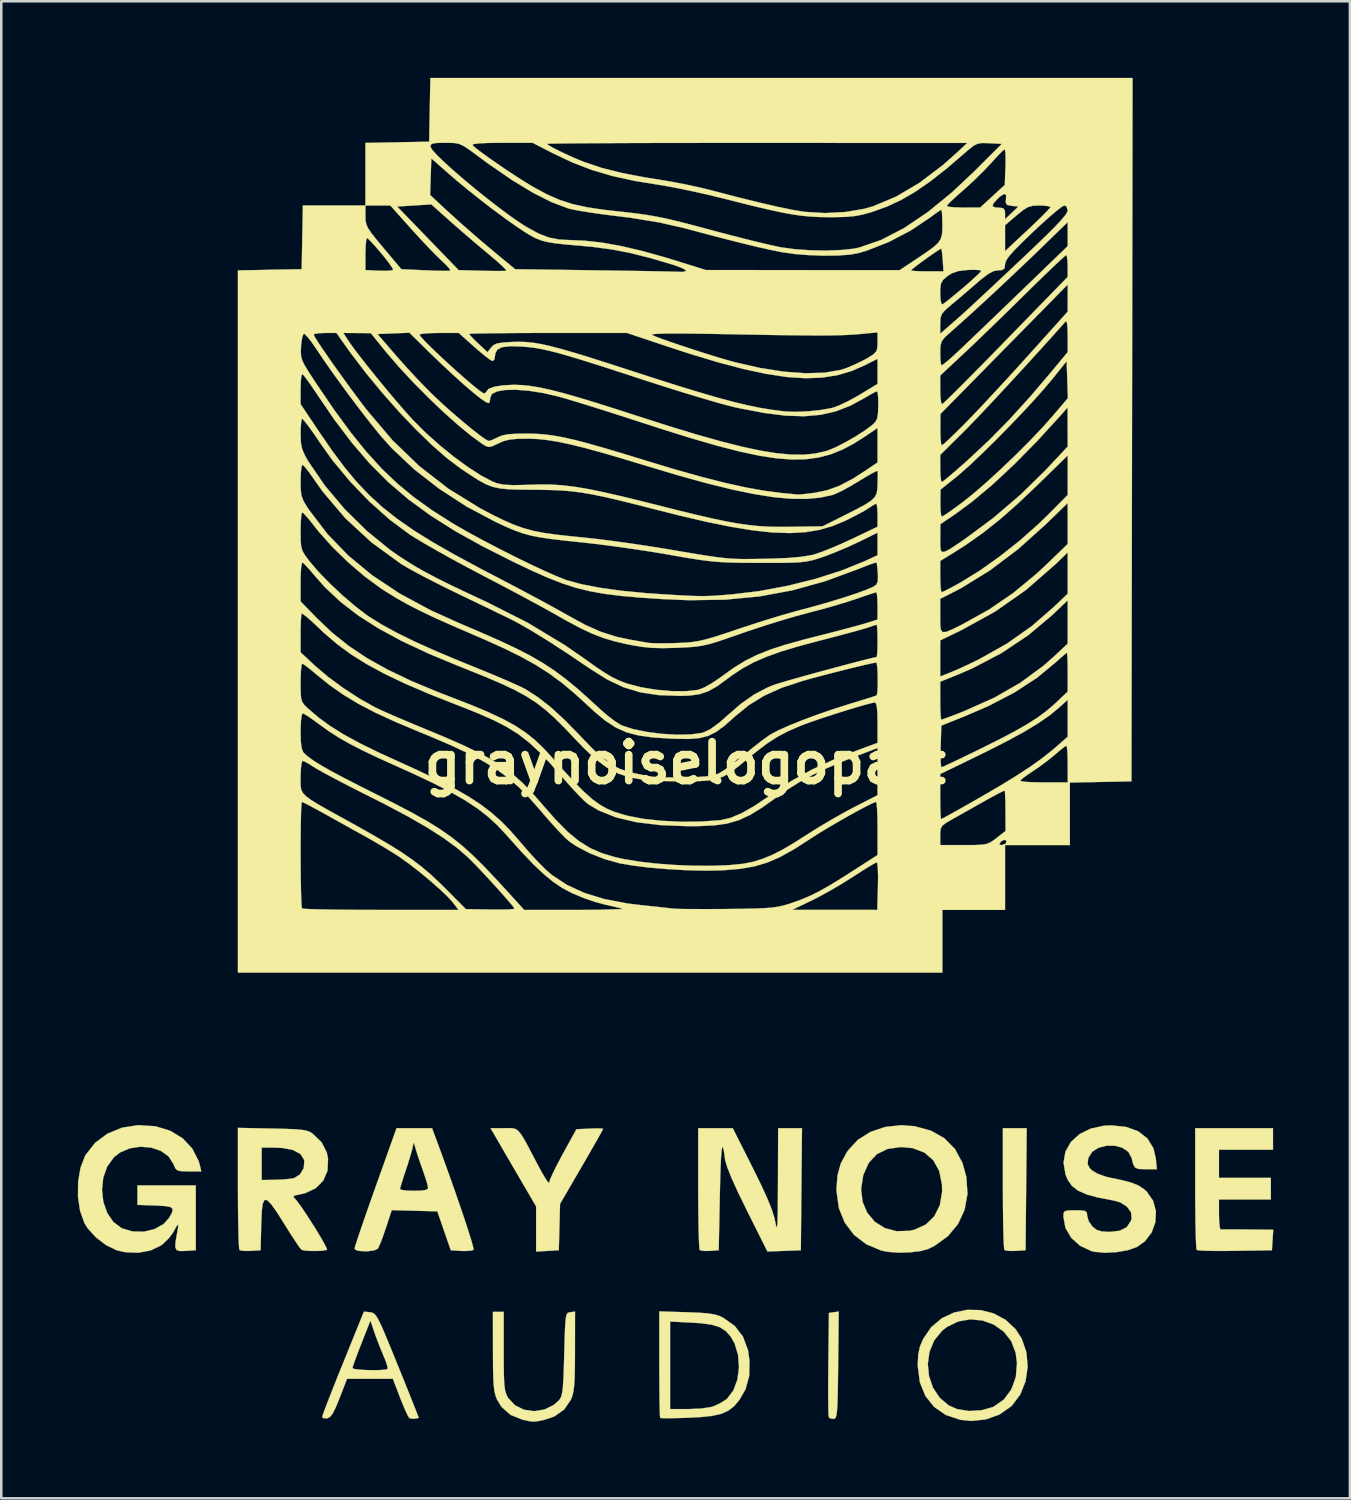
<source format=kicad_pcb>
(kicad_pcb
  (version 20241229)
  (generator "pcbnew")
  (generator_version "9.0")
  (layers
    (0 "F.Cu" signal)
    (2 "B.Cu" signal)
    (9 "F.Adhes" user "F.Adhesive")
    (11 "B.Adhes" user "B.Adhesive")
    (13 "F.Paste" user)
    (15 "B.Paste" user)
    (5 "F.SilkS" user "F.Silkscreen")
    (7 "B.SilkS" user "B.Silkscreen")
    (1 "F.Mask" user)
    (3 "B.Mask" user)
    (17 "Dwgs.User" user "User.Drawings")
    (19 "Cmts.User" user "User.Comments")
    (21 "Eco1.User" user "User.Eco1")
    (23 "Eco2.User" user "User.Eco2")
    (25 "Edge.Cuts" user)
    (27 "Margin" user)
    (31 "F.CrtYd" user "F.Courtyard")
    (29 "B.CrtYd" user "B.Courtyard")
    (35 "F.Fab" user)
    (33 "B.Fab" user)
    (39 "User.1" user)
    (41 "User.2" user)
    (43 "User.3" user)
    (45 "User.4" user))
  (footprint "graynoiselogopart"
    (layer "F.Cu")
    (at 23.798 26.844)
    (property "Reference" "graynoiselogopart" (at 0 0 0) (layer "F.SilkS") (effects (font (size 1.524 1.524) (thickness 0.3))))
    (attr through_hole)
    (fp_poly (pts (xy 13.357 16.701) (xy 13.335 19.092) (xy 12.951 19.117) (xy 12.707 19.12) (xy 12.539 19.098) (xy 12.506 19.082) (xy 12.491 18.985) (xy 12.476 18.741) (xy 12.464 18.371) (xy 12.455 17.899) (xy 12.449 17.347) (xy 12.446 16.737) (xy 12.446 16.665) (xy 12.446 14.309) (xy 13.38 14.309) (xy 13.357 16.701)) (stroke (width 0.01) (type solid)) (fill yes) (layer "F.SilkS"))
    (fp_poly (pts (xy 5.992 23.587) (xy 5.984 24.237) (xy 5.975 24.738) (xy 5.964 25.108) (xy 5.949 25.369) (xy 5.928 25.539) (xy 5.9 25.638) (xy 5.863 25.686) (xy 5.816 25.703) (xy 5.668 25.675) (xy 5.623 25.624) (xy 5.613 25.514) (xy 5.606 25.26) (xy 5.602 24.886) (xy 5.602 24.418) (xy 5.604 23.88) (xy 5.608 23.536) (xy 5.63 21.548) (xy 6.014 21.493) (xy 5.992 23.587)) (stroke (width 0.01) (type solid)) (fill yes) (layer "F.SilkS"))
    (fp_poly (pts (xy 23.029 15.155) (xy 20.913 15.155) (xy 20.913 16.256) (xy 22.945 16.256) (xy 22.945 17.103) (xy 20.913 17.103) (xy 20.913 17.695) (xy 20.921 17.986) (xy 20.943 18.194) (xy 20.973 18.278) (xy 20.976 18.278) (xy 21.081 18.275) (xy 21.32 18.274) (xy 21.656 18.275) (xy 22.039 18.278) (xy 23.039 18.288) (xy 23.013 18.69) (xy 22.987 19.092) (xy 21.543 19.115) (xy 21.064 19.12) (xy 20.646 19.117) (xy 20.316 19.109) (xy 20.104 19.094) (xy 20.04 19.08) (xy 20.025 18.983) (xy 20.011 18.74) (xy 19.999 18.371) (xy 19.99 17.899) (xy 19.984 17.347) (xy 19.981 16.737) (xy 19.981 16.665) (xy 19.981 14.309) (xy 23.029 14.309) (xy 23.029 15.155)) (stroke (width 0.01) (type solid)) (fill yes) (layer "F.SilkS"))
    (fp_poly (pts (xy -6.753 14.313) (xy -6.635 14.347) (xy -6.527 14.428) (xy -6.413 14.576) (xy -6.273 14.809) (xy -6.092 15.148) (xy -5.849 15.611) (xy -5.789 15.726) (xy -5.613 16.051) (xy -5.468 16.295) (xy -5.37 16.434) (xy -5.334 16.447) (xy -5.334 16.446) (xy -5.294 16.319) (xy -5.187 16.078) (xy -5.028 15.755) (xy -4.831 15.384) (xy -4.799 15.325) (xy -4.264 14.351) (xy -3.741 14.326) (xy -3.468 14.318) (xy -3.279 14.322) (xy -3.217 14.336) (xy -3.258 14.417) (xy -3.371 14.621) (xy -3.544 14.926) (xy -3.764 15.309) (xy -4.017 15.748) (xy -4.061 15.824) (xy -4.905 17.275) (xy -4.929 18.184) (xy -4.953 19.092) (xy -5.842 19.144) (xy -5.842 17.375) (xy -6.527 16.202) (xy -6.778 15.77) (xy -7.017 15.361) (xy -7.221 15.009) (xy -7.371 14.751) (xy -7.419 14.668) (xy -7.627 14.309) (xy -7.094 14.309) (xy -6.9 14.307) (xy -6.753 14.313)) (stroke (width 0.01) (type solid)) (fill yes) (layer "F.SilkS"))
    (fp_poly (pts (xy 2.64 15.854) (xy 2.965 16.514) (xy 3.21 17.047) (xy 3.382 17.472) (xy 3.489 17.806) (xy 3.522 17.949) (xy 3.553 18.106) (xy 3.578 18.187) (xy 3.596 18.179) (xy 3.61 18.069) (xy 3.619 17.842) (xy 3.626 17.485) (xy 3.63 16.985) (xy 3.633 16.404) (xy 3.641 14.309) (xy 4.575 14.309) (xy 4.552 16.701) (xy 4.53 19.092) (xy 3.876 19.117) (xy 3.222 19.142) (xy 2.413 17.526) (xy 2.072 16.828) (xy 1.818 16.27) (xy 1.65 15.85) (xy 1.565 15.563) (xy 1.557 15.512) (xy 1.517 15.216) (xy 1.481 15.062) (xy 1.451 15.053) (xy 1.424 15.194) (xy 1.401 15.488) (xy 1.381 15.941) (xy 1.364 16.557) (xy 1.355 16.976) (xy 1.312 19.092) (xy 0.971 19.117) (xy 0.741 19.12) (xy 0.588 19.094) (xy 0.568 19.082) (xy 0.553 18.985) (xy 0.538 18.741) (xy 0.526 18.371) (xy 0.517 17.899) (xy 0.511 17.347) (xy 0.508 16.737) (xy 0.508 16.665) (xy 0.508 14.309) (xy 1.862 14.309) (xy 2.64 15.854)) (stroke (width 0.01) (type solid)) (fill yes) (layer "F.SilkS"))
    (fp_poly (pts (xy 0.064 21.521) (xy 0.543 21.54) (xy 0.891 21.566) (xy 1.143 21.607) (xy 1.339 21.666) (xy 1.482 21.733) (xy 1.94 22.058) (xy 2.264 22.48) (xy 2.459 23.007) (xy 2.518 23.407) (xy 2.507 24.014) (xy 2.362 24.54) (xy 2.127 24.949) (xy 1.923 25.194) (xy 1.697 25.373) (xy 1.418 25.499) (xy 1.055 25.581) (xy 0.577 25.631) (xy 0.141 25.654) (xy -0.27 25.667) (xy -0.615 25.673) (xy -0.862 25.672) (xy -0.977 25.663) (xy -0.981 25.661) (xy -0.991 25.57) (xy -0.999 25.333) (xy -1.007 24.974) (xy -1.012 24.516) (xy -1.015 23.982) (xy -1.016 23.557) (xy -1.016 21.886) (xy -0.593 21.886) (xy -0.593 25.315) (xy 0.13 25.315) (xy 0.626 25.294) (xy 1.012 25.233) (xy 1.164 25.185) (xy 1.413 25.062) (xy 1.617 24.928) (xy 1.639 24.91) (xy 1.887 24.584) (xy 2.044 24.16) (xy 2.106 23.682) (xy 2.07 23.194) (xy 1.934 22.741) (xy 1.778 22.469) (xy 1.586 22.256) (xy 1.354 22.107) (xy 1.046 22.01) (xy 0.628 21.952) (xy 0.279 21.929) (xy -0.593 21.886) (xy -1.016 21.886) (xy -1.016 21.488) (xy 0.064 21.521)) (stroke (width 0.01) (type solid)) (fill yes) (layer "F.SilkS"))
    (fp_poly (pts (xy 11.573 21.437) (xy 12.083 21.567) (xy 12.549 21.816) (xy 12.943 22.183) (xy 13.18 22.548) (xy 13.367 23.084) (xy 13.418 23.655) (xy 13.336 24.22) (xy 13.13 24.74) (xy 12.804 25.176) (xy 12.774 25.205) (xy 12.32 25.524) (xy 11.781 25.719) (xy 11.198 25.78) (xy 10.78 25.736) (xy 10.21 25.545) (xy 9.751 25.23) (xy 9.409 24.8) (xy 9.193 24.266) (xy 9.111 23.637) (xy 9.111 23.58) (xy 9.112 23.549) (xy 9.504 23.549) (xy 9.553 24.029) (xy 9.709 24.48) (xy 9.967 24.87) (xy 10.321 25.169) (xy 10.65 25.316) (xy 11.118 25.391) (xy 11.615 25.361) (xy 12.059 25.233) (xy 12.09 25.218) (xy 12.489 24.936) (xy 12.78 24.541) (xy 12.953 24.058) (xy 12.998 23.514) (xy 12.947 23.11) (xy 12.771 22.648) (xy 12.477 22.278) (xy 12.093 22.007) (xy 11.65 21.845) (xy 11.176 21.799) (xy 10.701 21.88) (xy 10.255 22.095) (xy 10.065 22.245) (xy 9.754 22.626) (xy 9.57 23.071) (xy 9.504 23.549) (xy 9.112 23.549) (xy 9.129 23.182) (xy 9.194 22.87) (xy 9.324 22.564) (xy 9.642 22.102) (xy 10.053 21.758) (xy 10.531 21.533) (xy 11.047 21.426) (xy 11.573 21.437)) (stroke (width 0.01) (type solid)) (fill yes) (layer "F.SilkS"))
    (fp_poly (pts (xy -4.32 23.045) (xy -4.323 23.616) (xy -4.331 24.046) (xy -4.348 24.364) (xy -4.376 24.598) (xy -4.416 24.775) (xy -4.471 24.925) (xy -4.479 24.943) (xy -4.74 25.329) (xy -5.122 25.6) (xy -5.512 25.733) (xy -5.769 25.789) (xy -5.946 25.807) (xy -6.127 25.786) (xy -6.38 25.73) (xy -6.842 25.544) (xy -7.195 25.234) (xy -7.374 24.943) (xy -7.432 24.794) (xy -7.474 24.621) (xy -7.503 24.395) (xy -7.521 24.089) (xy -7.53 23.673) (xy -7.533 23.119) (xy -7.533 23.05) (xy -7.535 21.505) (xy -7.112 21.505) (xy -7.112 23.05) (xy -7.11 23.607) (xy -7.104 24.021) (xy -7.09 24.321) (xy -7.066 24.534) (xy -7.03 24.687) (xy -6.979 24.808) (xy -6.94 24.876) (xy -6.672 25.166) (xy -6.319 25.341) (xy -5.92 25.397) (xy -5.514 25.333) (xy -5.142 25.146) (xy -4.953 24.977) (xy -4.893 24.898) (xy -4.848 24.793) (xy -4.815 24.639) (xy -4.79 24.409) (xy -4.77 24.08) (xy -4.754 23.625) (xy -4.741 23.169) (xy -4.726 22.608) (xy -4.712 22.194) (xy -4.695 21.903) (xy -4.674 21.714) (xy -4.643 21.603) (xy -4.601 21.548) (xy -4.543 21.526) (xy -4.508 21.521) (xy -4.318 21.494) (xy -4.32 23.045)) (stroke (width 0.01) (type solid)) (fill yes) (layer "F.SilkS"))
    (fp_poly (pts (xy 8.985 14.232) (xy 9.63 14.408) (xy 10.158 14.707) (xy 10.57 15.128) (xy 10.862 15.669) (xy 11.014 16.216) (xy 11.059 16.883) (xy 10.947 17.505) (xy 10.687 18.065) (xy 10.289 18.543) (xy 9.763 18.922) (xy 9.525 19.04) (xy 9.219 19.125) (xy 8.812 19.174) (xy 8.368 19.186) (xy 7.95 19.157) (xy 7.688 19.106) (xy 7.094 18.858) (xy 6.611 18.487) (xy 6.249 18.008) (xy 6.018 17.433) (xy 5.928 16.777) (xy 5.927 16.698) (xy 5.927 16.697) (xy 6.89 16.697) (xy 6.949 17.196) (xy 7.135 17.629) (xy 7.43 17.978) (xy 7.817 18.223) (xy 8.278 18.346) (xy 8.795 18.329) (xy 8.993 18.284) (xy 9.43 18.082) (xy 9.761 17.757) (xy 9.976 17.325) (xy 10.065 16.801) (xy 10.06 16.521) (xy 9.952 15.987) (xy 9.721 15.566) (xy 9.372 15.265) (xy 8.914 15.091) (xy 8.458 15.048) (xy 7.931 15.12) (xy 7.51 15.325) (xy 7.193 15.663) (xy 6.98 16.135) (xy 6.975 16.151) (xy 6.89 16.697) (xy 5.927 16.697) (xy 5.966 16.154) (xy 6.094 15.694) (xy 6.333 15.25) (xy 6.373 15.19) (xy 6.758 14.77) (xy 7.253 14.458) (xy 7.833 14.261) (xy 8.468 14.192) (xy 8.985 14.232)) (stroke (width 0.01) (type solid)) (fill yes) (layer "F.SilkS"))
    (fp_poly (pts (xy -12.342 21.522) (xy -12.265 21.536) (xy -12.195 21.571) (xy -12.123 21.646) (xy -12.04 21.779) (xy -11.936 21.987) (xy -11.802 22.288) (xy -11.629 22.702) (xy -11.407 23.244) (xy -11.262 23.601) (xy -11.039 24.15) (xy -10.84 24.645) (xy -10.673 25.063) (xy -10.546 25.386) (xy -10.466 25.592) (xy -10.442 25.66) (xy -10.608 25.695) (xy -10.774 25.681) (xy -10.809 25.666) (xy -10.872 25.567) (xy -10.975 25.348) (xy -11.102 25.046) (xy -11.171 24.871) (xy -11.454 24.13) (xy -13.252 24.13) (xy -13.544 24.886) (xy -13.695 25.255) (xy -13.813 25.491) (xy -13.916 25.622) (xy -14.022 25.676) (xy -14.03 25.678) (xy -14.179 25.673) (xy -14.224 25.622) (xy -14.193 25.521) (xy -14.107 25.286) (xy -13.973 24.937) (xy -13.801 24.498) (xy -13.599 23.99) (xy -13.486 23.711) (xy -13.039 23.711) (xy -12.962 23.745) (xy -12.765 23.77) (xy -12.495 23.786) (xy -12.201 23.792) (xy -11.932 23.786) (xy -11.735 23.767) (xy -11.663 23.742) (xy -11.669 23.645) (xy -11.733 23.443) (xy -11.818 23.234) (xy -11.967 22.874) (xy -12.117 22.482) (xy -12.178 22.31) (xy -12.334 21.847) (xy -12.686 22.739) (xy -12.827 23.102) (xy -12.941 23.409) (xy -13.016 23.625) (xy -13.039 23.711) (xy -13.486 23.711) (xy -13.406 23.513) (xy -12.589 21.497) (xy -12.342 21.522)) (stroke (width 0.01) (type solid)) (fill yes) (layer "F.SilkS"))
    (fp_poly (pts (xy -9.786 14.668) (xy -9.541 15.331) (xy -9.301 15.995) (xy -9.071 16.641) (xy -8.859 17.251) (xy -8.671 17.805) (xy -8.514 18.282) (xy -8.394 18.665) (xy -8.317 18.932) (xy -8.291 19.066) (xy -8.293 19.076) (xy -8.41 19.111) (xy -8.632 19.123) (xy -8.772 19.119) (xy -9.186 19.092) (xy -9.45 18.33) (xy -9.713 17.568) (xy -10.606 17.544) (xy -11.499 17.52) (xy -11.73 18.222) (xy -11.844 18.552) (xy -11.948 18.826) (xy -12.026 18.999) (xy -12.044 19.029) (xy -12.174 19.092) (xy -12.408 19.129) (xy -12.541 19.135) (xy -12.826 19.114) (xy -12.95 19.051) (xy -12.955 19.029) (xy -12.928 18.925) (xy -12.851 18.682) (xy -12.73 18.322) (xy -12.574 17.867) (xy -12.389 17.336) (xy -12.182 16.75) (xy -12.162 16.695) (xy -11.176 16.695) (xy -11.099 16.73) (xy -10.897 16.755) (xy -10.626 16.764) (xy -10.314 16.755) (xy -10.141 16.723) (xy -10.078 16.662) (xy -10.075 16.642) (xy -10.103 16.508) (xy -10.176 16.264) (xy -10.28 15.958) (xy -10.3 15.901) (xy -10.419 15.565) (xy -10.52 15.258) (xy -10.585 15.042) (xy -10.588 15.028) (xy -10.633 14.886) (xy -10.656 14.908) (xy -10.659 14.949) (xy -10.689 15.104) (xy -10.763 15.372) (xy -10.866 15.707) (xy -10.922 15.875) (xy -11.033 16.21) (xy -11.119 16.484) (xy -11.169 16.657) (xy -11.176 16.695) (xy -12.162 16.695) (xy -12.134 16.616) (xy -11.311 14.309) (xy -9.92 14.309) (xy -9.786 14.668)) (stroke (width 0.01) (type solid)) (fill yes) (layer "F.SilkS"))
    (fp_poly (pts (xy -20.76 14.234) (xy -20.746 14.237) (xy -20.174 14.412) (xy -19.688 14.71) (xy -19.311 15.113) (xy -19.064 15.6) (xy -19.016 15.769) (xy -18.962 16.002) (xy -19.455 16.002) (xy -19.733 15.997) (xy -19.891 15.966) (xy -19.978 15.886) (xy -20.045 15.732) (xy -20.052 15.714) (xy -20.243 15.413) (xy -20.548 15.197) (xy -20.927 15.07) (xy -21.345 15.036) (xy -21.765 15.099) (xy -22.15 15.264) (xy -22.385 15.448) (xy -22.649 15.815) (xy -22.803 16.252) (xy -22.852 16.723) (xy -22.8 17.192) (xy -22.651 17.624) (xy -22.409 17.982) (xy -22.078 18.229) (xy -22.072 18.232) (xy -21.655 18.356) (xy -21.214 18.364) (xy -20.796 18.265) (xy -20.444 18.07) (xy -20.226 17.829) (xy -20.109 17.618) (xy -20.081 17.482) (xy -20.162 17.402) (xy -20.371 17.361) (xy -20.729 17.34) (xy -20.765 17.339) (xy -21.463 17.314) (xy -21.463 16.552) (xy -19.177 16.552) (xy -19.177 19.092) (xy -19.579 19.118) (xy -19.799 19.124) (xy -19.928 19.085) (xy -19.98 18.973) (xy -19.969 18.757) (xy -19.907 18.407) (xy -19.904 18.39) (xy -19.865 18.161) (xy -19.872 18.084) (xy -19.935 18.16) (xy -20.06 18.386) (xy -20.225 18.612) (xy -20.46 18.84) (xy -20.549 18.909) (xy -20.951 19.101) (xy -21.436 19.19) (xy -21.949 19.169) (xy -22.27 19.094) (xy -22.686 18.895) (xy -23.087 18.59) (xy -23.414 18.23) (xy -23.541 18.026) (xy -23.711 17.548) (xy -23.793 16.992) (xy -23.787 16.411) (xy -23.695 15.862) (xy -23.518 15.4) (xy -23.498 15.365) (xy -23.124 14.887) (xy -22.641 14.526) (xy -22.072 14.291) (xy -21.437 14.191) (xy -20.76 14.234)) (stroke (width 0.01) (type solid)) (fill yes) (layer "F.SilkS"))
    (fp_poly (pts (xy -16.177 14.324) (xy -15.661 14.336) (xy -15.284 14.352) (xy -15.019 14.374) (xy -14.836 14.408) (xy -14.707 14.455) (xy -14.602 14.521) (xy -14.595 14.526) (xy -14.244 14.866) (xy -14.045 15.258) (xy -13.994 15.508) (xy -14.015 15.974) (xy -14.183 16.365) (xy -14.484 16.666) (xy -14.905 16.861) (xy -15.105 16.905) (xy -15.306 16.948) (xy -15.36 16.997) (xy -15.31 17.052) (xy -15.214 17.159) (xy -15.062 17.367) (xy -14.872 17.646) (xy -14.665 17.965) (xy -14.459 18.292) (xy -14.275 18.598) (xy -14.131 18.852) (xy -14.047 19.021) (xy -14.037 19.076) (xy -14.178 19.106) (xy -14.414 19.12) (xy -14.68 19.12) (xy -14.908 19.104) (xy -15.034 19.073) (xy -15.11 18.98) (xy -15.254 18.771) (xy -15.448 18.475) (xy -15.67 18.123) (xy -15.711 18.056) (xy -16 17.599) (xy -16.219 17.29) (xy -16.376 17.13) (xy -16.484 17.12) (xy -16.551 17.26) (xy -16.59 17.551) (xy -16.61 17.994) (xy -16.613 18.098) (xy -16.637 19.092) (xy -17.021 19.117) (xy -17.265 19.12) (xy -17.433 19.098) (xy -17.466 19.082) (xy -17.481 18.985) (xy -17.496 18.741) (xy -17.508 18.371) (xy -17.517 17.899) (xy -17.523 17.347) (xy -17.526 16.736) (xy -17.526 16.659) (xy -17.526 15.071) (xy -16.595 15.071) (xy -16.595 16.341) (xy -16.066 16.332) (xy -15.747 16.318) (xy -15.468 16.291) (xy -15.326 16.265) (xy -15.093 16.121) (xy -14.949 15.877) (xy -14.924 15.591) (xy -14.934 15.546) (xy -15.075 15.322) (xy -15.362 15.167) (xy -15.784 15.084) (xy -16.084 15.071) (xy -16.595 15.071) (xy -17.526 15.071) (xy -17.526 14.297) (xy -16.177 14.324)) (stroke (width 0.01) (type solid)) (fill yes) (layer "F.SilkS"))
    (fp_poly (pts (xy 17.27 14.259) (xy 17.751 14.433) (xy 18.112 14.716) (xy 18.347 15.102) (xy 18.439 15.505) (xy 18.479 15.917) (xy 18.042 15.917) (xy 17.778 15.909) (xy 17.631 15.858) (xy 17.551 15.723) (xy 17.49 15.474) (xy 17.361 15.234) (xy 17.125 15.075) (xy 16.825 14.996) (xy 16.5 14.997) (xy 16.193 15.077) (xy 15.945 15.234) (xy 15.798 15.468) (xy 15.787 15.509) (xy 15.768 15.723) (xy 15.852 15.88) (xy 15.946 15.97) (xy 16.157 16.093) (xy 16.457 16.203) (xy 16.655 16.251) (xy 17.145 16.353) (xy 17.502 16.451) (xy 17.764 16.559) (xy 17.966 16.691) (xy 18.087 16.8) (xy 18.333 17.156) (xy 18.442 17.564) (xy 18.421 17.989) (xy 18.275 18.393) (xy 18.012 18.74) (xy 17.691 18.967) (xy 17.337 19.091) (xy 16.893 19.167) (xy 16.431 19.19) (xy 16.026 19.152) (xy 15.917 19.125) (xy 15.471 18.917) (xy 15.124 18.605) (xy 14.898 18.218) (xy 14.817 17.785) (xy 14.817 17.783) (xy 14.824 17.636) (xy 14.875 17.56) (xy 15.01 17.531) (xy 15.272 17.526) (xy 15.282 17.526) (xy 15.549 17.531) (xy 15.688 17.56) (xy 15.74 17.632) (xy 15.748 17.742) (xy 15.807 17.95) (xy 15.948 18.157) (xy 15.956 18.165) (xy 16.12 18.294) (xy 16.32 18.356) (xy 16.62 18.373) (xy 16.624 18.373) (xy 17.028 18.328) (xy 17.301 18.187) (xy 17.461 17.941) (xy 17.488 17.848) (xy 17.467 17.604) (xy 17.307 17.383) (xy 17.041 17.215) (xy 16.795 17.145) (xy 16.189 17.03) (xy 15.728 16.905) (xy 15.39 16.755) (xy 15.15 16.568) (xy 14.986 16.332) (xy 14.898 16.118) (xy 14.822 15.654) (xy 14.898 15.225) (xy 15.111 14.85) (xy 15.446 14.544) (xy 15.885 14.326) (xy 16.415 14.212) (xy 16.679 14.199) (xy 17.27 14.259)) (stroke (width 0.01) (type solid)) (fill yes) (layer "F.SilkS"))
    (fp_poly (pts (xy 17.484 0.72) (xy 15.071 0.767) (xy 15.071 3.217) (xy 12.531 3.217) (xy 12.531 5.757) (xy 10.075 5.757) (xy 10.075 8.213) (xy -17.526 8.213) (xy -17.526 3.57) (xy -15.07 3.57) (xy -15.068 4.081) (xy -15.063 4.567) (xy -15.055 5) (xy -15.044 5.351) (xy -15.031 5.594) (xy -15.015 5.699) (xy -15.014 5.701) (xy -14.919 5.714) (xy -14.675 5.726) (xy -14.299 5.736) (xy -13.813 5.745) (xy -13.235 5.752) (xy -12.584 5.756) (xy -11.92 5.757) (xy -8.881 5.757) (xy -9.106 5.463) (xy -9.303 5.244) (xy -9.604 4.957) (xy -9.974 4.63) (xy -10.381 4.292) (xy -10.79 3.973) (xy -11.167 3.701) (xy -11.218 3.666) (xy -11.52 3.474) (xy -11.908 3.239) (xy -12.321 2.998) (xy -12.531 2.881) (xy -12.979 2.632) (xy -13.49 2.348) (xy -13.977 2.077) (xy -14.152 1.979) (xy -14.486 1.796) (xy -14.763 1.648) (xy -14.953 1.552) (xy -15.02 1.524) (xy -15.036 1.604) (xy -15.049 1.826) (xy -15.058 2.161) (xy -15.065 2.582) (xy -15.069 3.061) (xy -15.07 3.57) (xy -17.526 3.57) (xy -17.526 0.751) (xy -15.073 0.751) (xy -15.069 0.915) (xy -15.043 1.052) (xy -14.979 1.176) (xy -14.86 1.301) (xy -14.672 1.442) (xy -14.397 1.613) (xy -14.021 1.828) (xy -13.526 2.102) (xy -13.039 2.371) (xy -12.291 2.79) (xy -11.671 3.152) (xy -11.151 3.475) (xy -10.708 3.778) (xy -10.316 4.077) (xy -9.948 4.39) (xy -9.581 4.736) (xy -9.399 4.917) (xy -8.594 5.727) (xy -7.641 5.742) (xy -7.262 5.744) (xy -6.955 5.738) (xy -6.753 5.725) (xy -6.689 5.708) (xy -6.743 5.626) (xy -6.892 5.446) (xy -7.111 5.194) (xy -7.378 4.895) (xy -7.67 4.576) (xy -7.963 4.261) (xy -8.235 3.975) (xy -8.464 3.745) (xy -8.509 3.7) (xy -8.939 3.327) (xy -9.471 2.938) (xy -10.117 2.525) (xy -10.892 2.08) (xy -11.809 1.595) (xy -12.311 1.341) (xy -12.85 1.07) (xy -13.36 0.809) (xy -13.813 0.571) (xy -14.183 0.372) (xy -14.444 0.225) (xy -14.538 0.166) (xy -14.762 0.025) (xy -14.933 -0.066) (xy -14.99 -0.085) (xy -15.029 -0.007) (xy -15.057 0.198) (xy -15.07 0.49) (xy -15.071 0.545) (xy -15.073 0.751) (xy -17.526 0.751) (xy -17.526 -1.234) (xy -15.071 -1.234) (xy -15.061 -0.84) (xy -15.03 -0.583) (xy -14.971 -0.428) (xy -14.937 -0.387) (xy -14.777 -0.245) (xy -14.556 -0.087) (xy -14.259 0.098) (xy -13.87 0.319) (xy -13.372 0.584) (xy -12.748 0.905) (xy -12.192 1.184) (xy -11.377 1.596) (xy -10.691 1.956) (xy -10.108 2.282) (xy -9.604 2.595) (xy -9.153 2.911) (xy -8.729 3.25) (xy -8.308 3.631) (xy -7.864 4.072) (xy -7.373 4.592) (xy -6.943 5.061) (xy -6.308 5.759) (xy -4.367 5.758) (xy -3.817 5.756) (xy -3.552 5.754) (xy 4.191 5.754) (xy 7.525 5.757) (xy 7.551 4.826) (xy 7.556 4.452) (xy 7.547 4.149) (xy 7.528 3.953) (xy 7.505 3.894) (xy 7.409 3.939) (xy 7.203 4.059) (xy 6.917 4.237) (xy 6.58 4.454) (xy 6.573 4.459) (xy 6.141 4.73) (xy 5.662 5.011) (xy 5.207 5.26) (xy 4.953 5.388) (xy 4.191 5.754) (xy -3.552 5.754) (xy -3.331 5.752) (xy -2.931 5.745) (xy -2.642 5.736) (xy -2.485 5.726) (xy -2.464 5.72) (xy -2.559 5.686) (xy -2.777 5.631) (xy -3.074 5.564) (xy -3.135 5.551) (xy -3.521 5.447) (xy -3.97 5.293) (xy -4.397 5.117) (xy -4.472 5.081) (xy -4.824 4.892) (xy -5.172 4.658) (xy -5.536 4.361) (xy -5.936 3.983) (xy -6.392 3.507) (xy -6.924 2.914) (xy -7.011 2.814) (xy -7.358 2.443) (xy -7.729 2.103) (xy -8.143 1.781) (xy -8.623 1.464) (xy -9.187 1.141) (xy -9.857 0.797) (xy -10.653 0.421) (xy -11.29 0.134) (xy -12.03 -0.201) (xy -12.64 -0.491) (xy -13.148 -0.752) (xy -13.582 -1) (xy -13.97 -1.25) (xy -14.342 -1.517) (xy -14.359 -1.53) (xy -14.624 -1.724) (xy -14.842 -1.87) (xy -14.974 -1.943) (xy -14.99 -1.947) (xy -15.027 -1.869) (xy -15.055 -1.661) (xy -15.069 -1.361) (xy -15.071 -1.234) (xy -17.526 -1.234) (xy -17.526 -3.149) (xy -15.071 -3.149) (xy -15.068 -2.79) (xy -15.052 -2.555) (xy -15.01 -2.401) (xy -14.93 -2.281) (xy -14.8 -2.153) (xy -14.796 -2.148) (xy -14.377 -1.788) (xy -13.91 -1.447) (xy -13.37 -1.111) (xy -12.732 -0.764) (xy -11.974 -0.394) (xy -11.387 -0.125) (xy -10.477 0.289) (xy -9.705 0.658) (xy -9.051 0.994) (xy -8.495 1.312) (xy -8.017 1.624) (xy -7.596 1.944) (xy -7.212 2.284) (xy -6.845 2.66) (xy -6.475 3.083) (xy -6.417 3.152) (xy -6.1 3.519) (xy -5.773 3.872) (xy -5.473 4.171) (xy -5.238 4.379) (xy -5.232 4.384) (xy -4.631 4.779) (xy -3.95 5.092) (xy -3.167 5.332) (xy -2.26 5.505) (xy -1.651 5.579) (xy -1.244 5.621) (xy -0.875 5.66) (xy -0.592 5.692) (xy -0.466 5.707) (xy -0.308 5.716) (xy -0.009 5.722) (xy 0.401 5.725) (xy 0.894 5.726) (xy 1.442 5.723) (xy 1.651 5.721) (xy 2.277 5.713) (xy 2.762 5.702) (xy 3.135 5.686) (xy 3.424 5.662) (xy 3.658 5.627) (xy 3.866 5.58) (xy 4.076 5.518) (xy 4.106 5.508) (xy 4.497 5.371) (xy 4.861 5.22) (xy 5.235 5.036) (xy 5.653 4.801) (xy 6.149 4.497) (xy 6.54 4.247) (xy 7.535 3.607) (xy 7.535 2.843) (xy 9.991 2.843) (xy 9.991 3.217) (xy 10.915 3.217) (xy 11.323 3.216) (xy 11.603 3.204) (xy 11.69 3.191) (xy 12.302 3.191) (xy 12.379 3.217) (xy 12.388 3.217) (xy 12.535 3.173) (xy 12.569 3.139) (xy 12.58 3.04) (xy 12.496 3.012) (xy 12.38 3.07) (xy 12.361 3.091) (xy 12.302 3.191) (xy 11.69 3.191) (xy 11.796 3.175) (xy 11.943 3.118) (xy 12.086 3.025) (xy 12.195 2.942) (xy 12.55 2.667) (xy 12.548 1.884) (xy 12.544 1.541) (xy 12.535 1.269) (xy 12.524 1.109) (xy 12.517 1.082) (xy 12.436 1.113) (xy 12.241 1.212) (xy 11.962 1.362) (xy 11.726 1.493) (xy 11.338 1.712) (xy 10.941 1.936) (xy 10.599 2.128) (xy 10.477 2.196) (xy 10.217 2.347) (xy 10.071 2.461) (xy 10.007 2.584) (xy 9.991 2.759) (xy 9.991 2.843) (xy 7.535 2.843) (xy 7.535 2.565) (xy 7.531 2.168) (xy 7.519 1.84) (xy 7.502 1.615) (xy 7.481 1.524) (xy 7.479 1.524) (xy 7.364 1.565) (xy 7.133 1.677) (xy 6.816 1.844) (xy 6.443 2.049) (xy 6.043 2.276) (xy 5.645 2.508) (xy 5.279 2.729) (xy 4.974 2.922) (xy 4.911 2.964) (xy 4.278 3.371) (xy 3.728 3.679) (xy 3.22 3.901) (xy 2.712 4.052) (xy 2.164 4.147) (xy 1.533 4.201) (xy 1.397 4.208) (xy 0.764 4.219) (xy 0.046 4.202) (xy -0.704 4.159) (xy -1.434 4.096) (xy -2.092 4.014) (xy -2.569 3.931) (xy -3.159 3.767) (xy -3.751 3.532) (xy -4.281 3.252) (xy -4.541 3.076) (xy -4.705 2.928) (xy -4.948 2.678) (xy -5.242 2.358) (xy -5.559 1.997) (xy -5.69 1.842) (xy -6.103 1.371) (xy -6.505 0.962) (xy -6.917 0.6) (xy -7.364 0.27) (xy -7.868 -0.043) (xy -8.452 -0.353) (xy -9.14 -0.676) (xy -9.954 -1.026) (xy -10.456 -1.232) (xy -11.372 -1.618) (xy -12.151 -1.977) (xy -12.821 -2.327) (xy -13.409 -2.683) (xy -13.944 -3.059) (xy -14.436 -3.457) (xy -14.682 -3.662) (xy -14.88 -3.816) (xy -14.996 -3.891) (xy -15.007 -3.894) (xy -15.035 -3.816) (xy -15.057 -3.607) (xy -15.069 -3.305) (xy -15.071 -3.149) (xy -17.526 -3.149) (xy -17.526 -5.076) (xy -15.071 -5.076) (xy -15.071 -4.337) (xy -14.503 -3.807) (xy -13.995 -3.375) (xy -13.389 -2.93) (xy -12.75 -2.515) (xy -12.138 -2.173) (xy -12.129 -2.168) (xy -11.904 -2.063) (xy -11.558 -1.909) (xy -11.126 -1.723) (xy -10.644 -1.52) (xy -10.247 -1.356) (xy -9.391 -0.999) (xy -8.673 -0.683) (xy -8.071 -0.394) (xy -7.562 -0.117) (xy -7.124 0.162) (xy -6.735 0.457) (xy -6.372 0.782) (xy -6.013 1.153) (xy -5.636 1.582) (xy -5.591 1.636) (xy -5.068 2.231) (xy -4.602 2.7) (xy -4.164 3.061) (xy -3.723 3.335) (xy -3.251 3.54) (xy -2.72 3.696) (xy -2.405 3.765) (xy -1.791 3.867) (xy -1.102 3.945) (xy -0.373 3.998) (xy 0.362 4.027) (xy 1.069 4.028) (xy 1.712 4.004) (xy 2.257 3.951) (xy 2.667 3.871) (xy 3.046 3.751) (xy 3.412 3.6) (xy 3.802 3.402) (xy 4.254 3.136) (xy 4.772 2.806) (xy 5.237 2.515) (xy 5.767 2.201) (xy 6.286 1.908) (xy 6.614 1.734) (xy 7.535 1.263) (xy 7.535 0.434) (xy 9.991 0.434) (xy 9.991 1.318) (xy 9.994 1.682) (xy 10.002 1.973) (xy 10.015 2.156) (xy 10.026 2.201) (xy 10.107 2.161) (xy 10.312 2.05) (xy 10.618 1.88) (xy 11.001 1.664) (xy 11.439 1.415) (xy 11.487 1.388) (xy 12.278 0.928) (xy 12.654 0.699) (xy 13.128 0.699) (xy 13.205 0.724) (xy 13.417 0.745) (xy 13.731 0.758) (xy 14.055 0.762) (xy 14.986 0.762) (xy 14.986 0.042) (xy 14.981 -0.283) (xy 14.966 -0.532) (xy 14.945 -0.665) (xy 14.935 -0.677) (xy 14.85 -0.626) (xy 14.679 -0.491) (xy 14.493 -0.332) (xy 14.197 -0.091) (xy 13.847 0.168) (xy 13.617 0.324) (xy 13.373 0.489) (xy 13.197 0.623) (xy 13.128 0.698) (xy 13.128 0.699) (xy 12.654 0.699) (xy 12.939 0.525) (xy 13.493 0.164) (xy 13.963 -0.17) (xy 14.371 -0.493) (xy 14.541 -0.639) (xy 14.986 -1.029) (xy 14.986 -2.475) (xy 14.64 -2.162) (xy 14.28 -1.867) (xy 13.838 -1.561) (xy 13.296 -1.232) (xy 12.636 -0.871) (xy 11.839 -0.466) (xy 11.547 -0.322) (xy 9.991 0.434) (xy 7.535 0.434) (xy 7.535 -0.299) (xy 10.004 -0.299) (xy 10.01 -0.024) (xy 10.026 0.139) (xy 10.039 0.169) (xy 10.129 0.134) (xy 10.346 0.034) (xy 10.668 -0.118) (xy 11.07 -0.312) (xy 11.53 -0.536) (xy 11.63 -0.585) (xy 12.339 -0.94) (xy 12.917 -1.244) (xy 13.389 -1.513) (xy 13.78 -1.763) (xy 14.117 -2.009) (xy 14.422 -2.266) (xy 14.559 -2.393) (xy 14.986 -2.796) (xy 14.986 -3.557) (xy 14.983 -3.892) (xy 14.974 -4.152) (xy 14.961 -4.299) (xy 14.954 -4.318) (xy 14.881 -4.265) (xy 14.722 -4.128) (xy 14.552 -3.973) (xy 13.783 -3.338) (xy 12.897 -2.761) (xy 11.877 -2.23) (xy 11.007 -1.854) (xy 10.033 -1.463) (xy 10.009 -0.647) (xy 10.004 -0.299) (xy 7.535 -0.299) (xy 7.535 -0.585) (xy 7.006 -0.385) (xy 6.202 -0.072) (xy 5.528 0.214) (xy 4.954 0.487) (xy 4.447 0.765) (xy 3.974 1.063) (xy 3.559 1.358) (xy 3.01 1.749) (xy 2.537 2.039) (xy 2.097 2.242) (xy 1.645 2.373) (xy 1.137 2.445) (xy 0.531 2.474) (xy 0.127 2.477) (xy -0.965 2.436) (xy -1.912 2.321) (xy -2.719 2.129) (xy -3.393 1.859) (xy -3.815 1.605) (xy -3.965 1.473) (xy -4.194 1.243) (xy -4.471 0.945) (xy -4.767 0.612) (xy -4.796 0.579) (xy -5.286 0.021) (xy -5.721 -0.435) (xy -6.129 -0.813) (xy -6.542 -1.131) (xy -6.991 -1.412) (xy -7.505 -1.677) (xy -8.115 -1.945) (xy -8.852 -2.239) (xy -8.975 -2.286) (xy -10.047 -2.71) (xy -10.975 -3.108) (xy -11.777 -3.491) (xy -12.476 -3.869) (xy -13.09 -4.254) (xy -13.641 -4.658) (xy -14.148 -5.092) (xy -14.351 -5.284) (xy -14.616 -5.534) (xy -14.835 -5.726) (xy -14.982 -5.838) (xy -15.028 -5.857) (xy -15.047 -5.758) (xy -15.062 -5.532) (xy -15.07 -5.219) (xy -15.071 -5.076) (xy -17.526 -5.076) (xy -17.526 -7.109) (xy -15.071 -7.109) (xy -15.071 -6.331) (xy -14.425 -5.667) (xy -13.829 -5.102) (xy -13.186 -4.588) (xy -12.472 -4.111) (xy -11.666 -3.66) (xy -10.744 -3.219) (xy -9.686 -2.777) (xy -9.229 -2.601) (xy -8.404 -2.28) (xy -7.718 -1.993) (xy -7.147 -1.726) (xy -6.669 -1.465) (xy -6.26 -1.196) (xy -5.896 -0.906) (xy -5.554 -0.58) (xy -5.269 -0.273) (xy -4.752 0.306) (xy -4.322 0.77) (xy -3.959 1.135) (xy -3.643 1.416) (xy -3.353 1.629) (xy -3.069 1.791) (xy -2.77 1.916) (xy -2.437 2.02) (xy -2.227 2.076) (xy -1.631 2.19) (xy -0.924 2.266) (xy -0.159 2.303) (xy 0.61 2.297) (xy 1.329 2.245) (xy 1.398 2.238) (xy 1.775 2.151) (xy 2.204 1.971) (xy 2.704 1.688) (xy 3.294 1.291) (xy 3.437 1.188) (xy 4.169 0.699) (xy 4.961 0.261) (xy 5.852 -0.147) (xy 6.668 -0.467) (xy 7.535 -0.788) (xy 7.535 -1.579) (xy 7.527 -1.992) (xy 7.501 -2.249) (xy 7.456 -2.362) (xy 7.435 -2.371) (xy 7.296 -2.345) (xy 7.03 -2.275) (xy 6.671 -2.171) (xy 6.252 -2.043) (xy 5.806 -1.902) (xy 5.367 -1.759) (xy 4.968 -1.623) (xy 4.643 -1.506) (xy 4.512 -1.455) (xy 4.022 -1.241) (xy 3.601 -1.019) (xy 3.198 -0.757) (xy 2.757 -0.421) (xy 2.502 -0.211) (xy 2.109 0.114) (xy 1.794 0.353) (xy 1.518 0.519) (xy 1.243 0.625) (xy 0.93 0.685) (xy 0.54 0.712) (xy 0.036 0.719) (xy -0.212 0.72) (xy -0.993 0.706) (xy -1.638 0.658) (xy -2.18 0.562) (xy -2.65 0.404) (xy -3.081 0.173) (xy -3.505 -0.146) (xy -3.953 -0.564) (xy -4.31 -0.935) (xy -4.741 -1.389) (xy -5.124 -1.768) (xy -5.484 -2.089) (xy -5.847 -2.368) (xy -6.236 -2.619) (xy -6.678 -2.86) (xy -7.197 -3.105) (xy -7.818 -3.371) (xy -8.566 -3.672) (xy -8.821 -3.773) (xy -10.036 -4.277) (xy -11.097 -4.774) (xy -12.021 -5.274) (xy -12.822 -5.786) (xy -13.515 -6.321) (xy -14.116 -6.886) (xy -14.488 -7.304) (xy -14.701 -7.554) (xy -14.876 -7.747) (xy -14.984 -7.851) (xy -14.998 -7.86) (xy -15.03 -7.794) (xy -15.054 -7.595) (xy -15.068 -7.298) (xy -15.071 -7.109) (xy -17.526 -7.109) (xy -17.526 -9.088) (xy -15.071 -9.088) (xy -15.068 -8.732) (xy -15.049 -8.491) (xy -14.997 -8.311) (xy -14.898 -8.138) (xy -14.734 -7.918) (xy -14.72 -7.901) (xy -14.378 -7.5) (xy -13.94 -7.049) (xy -13.452 -6.589) (xy -12.959 -6.164) (xy -12.507 -5.815) (xy -12.382 -5.729) (xy -11.869 -5.411) (xy -11.268 -5.084) (xy -10.56 -4.738) (xy -9.729 -4.366) (xy -8.758 -3.96) (xy -8.382 -3.808) (xy -7.849 -3.591) (xy -7.345 -3.381) (xy -6.901 -3.19) (xy -6.547 -3.032) (xy -6.311 -2.919) (xy -6.265 -2.894) (xy -5.775 -2.58) (xy -5.271 -2.186) (xy -4.729 -1.69) (xy -4.125 -1.073) (xy -4.064 -1.008) (xy -3.618 -0.546) (xy -3.242 -0.2) (xy -2.903 0.051) (xy -2.572 0.227) (xy -2.218 0.349) (xy -1.947 0.412) (xy -1.655 0.472) (xy -1.411 0.523) (xy -1.312 0.544) (xy -1.166 0.556) (xy -0.889 0.565) (xy -0.519 0.567) (xy -0.094 0.564) (xy -0.042 0.563) (xy 0.449 0.551) (xy 0.805 0.529) (xy 1.06 0.492) (xy 1.249 0.437) (xy 1.355 0.389) (xy 1.547 0.266) (xy 1.823 0.065) (xy 2.139 -0.182) (xy 2.328 -0.338) (xy 2.654 -0.604) (xy 2.972 -0.852) (xy 3.237 -1.046) (xy 3.344 -1.117) (xy 3.644 -1.277) (xy 4.076 -1.469) (xy 4.606 -1.683) (xy 5.204 -1.904) (xy 5.838 -2.122) (xy 6.471 -2.323) (xy 6.857 -2.44) (xy 7.178 -2.54) (xy 7.403 -2.612) (xy 7.501 -2.647) (xy 7.502 -2.648) (xy 7.526 -2.749) (xy 7.539 -2.96) (xy 7.542 -3.184) (xy 9.991 -3.184) (xy 9.991 -2.439) (xy 9.995 -2.107) (xy 10.008 -1.851) (xy 10.025 -1.71) (xy 10.034 -1.693) (xy 10.126 -1.723) (xy 10.341 -1.802) (xy 10.646 -1.919) (xy 10.944 -2.037) (xy 12.106 -2.556) (xy 13.128 -3.141) (xy 14.031 -3.805) (xy 14.437 -4.162) (xy 14.986 -4.676) (xy 14.986 -6.372) (xy 14.359 -5.776) (xy 13.435 -5.001) (xy 12.387 -4.303) (xy 11.248 -3.706) (xy 10.689 -3.465) (xy 9.991 -3.184) (xy 7.542 -3.184) (xy 7.543 -3.231) (xy 7.538 -3.513) (xy 7.524 -3.755) (xy 7.502 -3.907) (xy 7.486 -3.935) (xy 7.353 -3.913) (xy 7.089 -3.855) (xy 6.726 -3.769) (xy 6.298 -3.664) (xy 5.837 -3.547) (xy 5.376 -3.428) (xy 4.947 -3.313) (xy 4.591 -3.213) (xy 3.779 -2.945) (xy 3.094 -2.637) (xy 2.493 -2.266) (xy 1.935 -1.811) (xy 1.905 -1.783) (xy 1.531 -1.452) (xy 1.209 -1.216) (xy 0.898 -1.061) (xy 0.555 -0.974) (xy 0.14 -0.941) (xy -0.389 -0.948) (xy -0.573 -0.955) (xy -1.266 -1) (xy -1.829 -1.078) (xy -2.301 -1.202) (xy -2.722 -1.39) (xy -3.13 -1.657) (xy -3.564 -2.018) (xy -3.81 -2.245) (xy -4.334 -2.724) (xy -4.829 -3.138) (xy -5.325 -3.504) (xy -5.851 -3.84) (xy -6.436 -4.165) (xy -7.11 -4.497) (xy -7.901 -4.853) (xy -8.331 -5.038) (xy -9.138 -5.387) (xy -9.813 -5.689) (xy -10.383 -5.96) (xy -10.875 -6.212) (xy -11.315 -6.46) (xy -11.731 -6.716) (xy -11.933 -6.848) (xy -12.563 -7.311) (xy -13.211 -7.866) (xy -13.825 -8.464) (xy -14.355 -9.057) (xy -14.494 -9.233) (xy -14.702 -9.497) (xy -14.875 -9.7) (xy -14.985 -9.81) (xy -15.006 -9.821) (xy -15.035 -9.743) (xy -15.057 -9.534) (xy -15.069 -9.233) (xy -15.071 -9.088) (xy -17.526 -9.088) (xy -17.526 -11.044) (xy -15.071 -11.044) (xy -15.065 -10.705) (xy -15.033 -10.468) (xy -14.956 -10.264) (xy -14.812 -10.026) (xy -14.726 -9.897) (xy -14.018 -8.971) (xy -13.202 -8.127) (xy -12.267 -7.355) (xy -11.201 -6.646) (xy -9.992 -5.992) (xy -8.892 -5.494) (xy -8.01 -5.118) (xy -7.262 -4.788) (xy -6.625 -4.488) (xy -6.074 -4.205) (xy -5.586 -3.923) (xy -5.138 -3.629) (xy -4.704 -3.307) (xy -4.262 -2.944) (xy -3.787 -2.524) (xy -3.363 -2.133) (xy -3.069 -1.876) (xy -2.779 -1.653) (xy -2.543 -1.5) (xy -2.477 -1.468) (xy -2.037 -1.326) (xy -1.497 -1.216) (xy -0.908 -1.141) (xy -0.32 -1.107) (xy 0.216 -1.118) (xy 0.65 -1.178) (xy 0.709 -1.193) (xy 0.987 -1.325) (xy 1.339 -1.582) (xy 1.615 -1.826) (xy 2.181 -2.318) (xy 2.71 -2.689) (xy 3.244 -2.966) (xy 3.467 -3.056) (xy 3.639 -3.112) (xy 3.934 -3.2) (xy 4.325 -3.312) (xy 4.783 -3.44) (xy 5.28 -3.577) (xy 5.787 -3.714) (xy 6.277 -3.845) (xy 6.72 -3.962) (xy 7.089 -4.056) (xy 7.356 -4.121) (xy 7.492 -4.148) (xy 7.499 -4.149) (xy 7.516 -4.226) (xy 7.529 -4.432) (xy 7.535 -4.724) (xy 7.535 -4.784) (xy 7.535 -4.803) (xy 9.991 -4.803) (xy 9.991 -3.389) (xy 10.411 -3.555) (xy 10.687 -3.672) (xy 11.046 -3.837) (xy 11.424 -4.019) (xy 11.525 -4.069) (xy 12.608 -4.678) (xy 13.584 -5.367) (xy 14.457 -6.127) (xy 14.986 -6.631) (xy 14.986 -8.25) (xy 14.499 -7.78) (xy 13.356 -6.782) (xy 12.139 -5.93) (xy 10.824 -5.206) (xy 10.805 -5.197) (xy 9.991 -4.803) (xy 7.535 -4.803) (xy 7.531 -5.087) (xy 7.519 -5.312) (xy 7.502 -5.416) (xy 7.499 -5.419) (xy 7.402 -5.391) (xy 7.223 -5.327) (xy 7.071 -5.278) (xy 6.783 -5.196) (xy 6.388 -5.088) (xy 5.915 -4.962) (xy 5.391 -4.825) (xy 5.249 -4.789) (xy 4.425 -4.568) (xy 3.741 -4.361) (xy 3.169 -4.156) (xy 2.681 -3.943) (xy 2.25 -3.709) (xy 1.847 -3.444) (xy 1.654 -3.3) (xy 1.245 -3.003) (xy 0.898 -2.808) (xy 0.559 -2.694) (xy 0.172 -2.641) (xy -0.212 -2.629) (xy -1.041 -2.659) (xy -1.76 -2.767) (xy -2.418 -2.967) (xy -3.06 -3.273) (xy -3.685 -3.664) (xy -4.576 -4.266) (xy -5.362 -4.776) (xy -6.036 -5.191) (xy -6.59 -5.506) (xy -6.816 -5.623) (xy -7.08 -5.752) (xy -7.461 -5.937) (xy -7.924 -6.161) (xy -8.435 -6.407) (xy -8.957 -6.658) (xy -8.985 -6.672) (xy -9.508 -6.927) (xy -10.019 -7.187) (xy -10.484 -7.431) (xy -10.868 -7.642) (xy -11.136 -7.801) (xy -11.144 -7.807) (xy -12.298 -8.648) (xy -13.314 -9.586) (xy -14.198 -10.625) (xy -14.543 -11.113) (xy -14.729 -11.378) (xy -14.885 -11.577) (xy -14.984 -11.678) (xy -14.998 -11.684) (xy -15.033 -11.606) (xy -15.058 -11.4) (xy -15.07 -11.108) (xy -15.071 -11.044) (xy -17.526 -11.044) (xy -17.526 -12.876) (xy -15.07 -12.876) (xy -15.059 -12.547) (xy -15.008 -12.296) (xy -14.897 -12.043) (xy -14.764 -11.811) (xy -14.115 -10.862) (xy -13.337 -9.94) (xy -12.47 -9.086) (xy -11.553 -8.342) (xy -11.24 -8.123) (xy -10.89 -7.895) (xy -10.54 -7.681) (xy -10.164 -7.469) (xy -9.739 -7.244) (xy -9.237 -6.994) (xy -8.634 -6.706) (xy -7.905 -6.365) (xy -7.789 -6.312) (xy -6.178 -5.498) (xy -4.706 -4.61) (xy -3.979 -4.107) (xy -3.521 -3.78) (xy -3.162 -3.539) (xy -2.866 -3.364) (xy -2.601 -3.234) (xy -2.332 -3.13) (xy -2.241 -3.1) (xy -1.712 -2.963) (xy -1.122 -2.867) (xy -0.524 -2.815) (xy 0.029 -2.812) (xy 0.484 -2.862) (xy 0.529 -2.872) (xy 0.742 -2.957) (xy 1.034 -3.12) (xy 1.352 -3.331) (xy 1.461 -3.412) (xy 1.907 -3.732) (xy 2.345 -4.001) (xy 2.806 -4.231) (xy 3.323 -4.438) (xy 3.929 -4.635) (xy 4.656 -4.837) (xy 4.984 -4.921) (xy 5.522 -5.057) (xy 6.035 -5.19) (xy 6.488 -5.31) (xy 6.847 -5.408) (xy 7.077 -5.474) (xy 7.083 -5.476) (xy 7.535 -5.619) (xy 7.535 -6.154) (xy 7.528 -6.43) (xy 7.528 -6.432) (xy 9.991 -6.432) (xy 9.991 -5.75) (xy 9.992 -5.426) (xy 10.014 -5.221) (xy 10.083 -5.128) (xy 10.224 -5.136) (xy 10.465 -5.235) (xy 10.831 -5.417) (xy 10.861 -5.432) (xy 11.897 -6.007) (xy 12.853 -6.66) (xy 13.777 -7.425) (xy 14.245 -7.863) (xy 14.986 -8.582) (xy 14.986 -10.186) (xy 14.118 -9.342) (xy 13.043 -8.379) (xy 11.94 -7.547) (xy 10.829 -6.862) (xy 10.5 -6.689) (xy 9.991 -6.432) (xy 7.528 -6.432) (xy 7.51 -6.623) (xy 7.486 -6.689) (xy 7.39 -6.662) (xy 7.172 -6.591) (xy 6.873 -6.489) (xy 6.711 -6.433) (xy 6.343 -6.312) (xy 5.87 -6.169) (xy 5.351 -6.023) (xy 4.847 -5.89) (xy 4.822 -5.883) (xy 4.33 -5.75) (xy 3.738 -5.576) (xy 3.106 -5.379) (xy 2.493 -5.177) (xy 2.189 -5.072) (xy 1.664 -4.888) (xy 1.261 -4.753) (xy 0.941 -4.658) (xy 0.667 -4.596) (xy 0.401 -4.556) (xy 0.105 -4.533) (xy -0.259 -4.515) (xy -0.339 -4.512) (xy -0.871 -4.499) (xy -1.302 -4.51) (xy -1.699 -4.549) (xy -2.129 -4.623) (xy -2.275 -4.652) (xy -2.762 -4.765) (xy -3.205 -4.897) (xy -3.642 -5.065) (xy -4.113 -5.286) (xy -4.657 -5.577) (xy -5.08 -5.816) (xy -5.409 -6.001) (xy -5.855 -6.245) (xy -6.385 -6.531) (xy -6.967 -6.841) (xy -7.566 -7.156) (xy -7.959 -7.361) (xy -8.549 -7.672) (xy -9.141 -7.993) (xy -9.701 -8.304) (xy -10.197 -8.589) (xy -10.597 -8.827) (xy -10.795 -8.953) (xy -11.577 -9.533) (xy -12.368 -10.237) (xy -13.129 -11.027) (xy -13.823 -11.863) (xy -14.282 -12.506) (xy -14.526 -12.866) (xy -14.738 -13.164) (xy -14.902 -13.377) (xy -15 -13.481) (xy -15.018 -13.486) (xy -15.045 -13.381) (xy -15.064 -13.155) (xy -15.07 -12.876) (xy -17.526 -12.876) (xy -17.526 -14.061) (xy -15.071 -14.061) (xy -14.317 -12.936) (xy -13.822 -12.218) (xy -13.348 -11.584) (xy -12.877 -11.017) (xy -12.389 -10.503) (xy -11.867 -10.025) (xy -11.29 -9.568) (xy -10.641 -9.116) (xy -9.9 -8.655) (xy -9.048 -8.168) (xy -8.067 -7.639) (xy -7.576 -7.383) (xy -6.969 -7.066) (xy -6.361 -6.745) (xy -5.782 -6.436) (xy -5.265 -6.155) (xy -4.84 -5.92) (xy -4.572 -5.768) (xy -3.9 -5.402) (xy -3.293 -5.135) (xy -2.7 -4.947) (xy -2.159 -4.831) (xy -1.847 -4.777) (xy -1.573 -4.729) (xy -1.439 -4.706) (xy -1.267 -4.693) (xy -0.973 -4.688) (xy -0.603 -4.692) (xy -0.339 -4.699) (xy -0.012 -4.713) (xy 0.266 -4.737) (xy 0.531 -4.779) (xy 0.82 -4.846) (xy 1.167 -4.947) (xy 1.608 -5.09) (xy 2.074 -5.247) (xy 2.641 -5.434) (xy 3.237 -5.623) (xy 3.81 -5.797) (xy 4.311 -5.94) (xy 4.589 -6.015) (xy 5.123 -6.157) (xy 5.674 -6.315) (xy 6.206 -6.479) (xy 6.684 -6.636) (xy 7.073 -6.776) (xy 7.338 -6.888) (xy 7.362 -6.9) (xy 7.488 -6.987) (xy 7.544 -7.11) (xy 7.55 -7.303) (xy 9.991 -7.303) (xy 9.998 -7.005) (xy 10.017 -6.786) (xy 10.043 -6.69) (xy 10.047 -6.689) (xy 10.141 -6.728) (xy 10.346 -6.832) (xy 10.628 -6.984) (xy 10.811 -7.086) (xy 11.538 -7.534) (xy 12.312 -8.083) (xy 13.086 -8.695) (xy 13.809 -9.332) (xy 14.161 -9.672) (xy 14.986 -10.501) (xy 14.986 -12.049) (xy 13.78 -10.87) (xy 13.019 -10.149) (xy 12.326 -9.54) (xy 11.667 -9.017) (xy 11.01 -8.554) (xy 10.595 -8.288) (xy 9.992 -7.916) (xy 9.991 -7.303) (xy 7.55 -7.303) (xy 7.55 -7.328) (xy 7.545 -7.42) (xy 7.526 -7.664) (xy 7.506 -7.824) (xy 7.496 -7.857) (xy 7.412 -7.838) (xy 7.209 -7.767) (xy 6.922 -7.656) (xy 6.762 -7.592) (xy 5.47 -7.117) (xy 4.197 -6.764) (xy 2.909 -6.526) (xy 1.572 -6.399) (xy 0.153 -6.377) (xy -0.864 -6.419) (xy -1.758 -6.479) (xy -2.515 -6.546) (xy -3.168 -6.627) (xy -3.749 -6.732) (xy -4.292 -6.867) (xy -4.829 -7.041) (xy -5.392 -7.262) (xy -6.014 -7.538) (xy -6.712 -7.87) (xy -7.937 -8.488) (xy -9.019 -9.09) (xy -9.979 -9.696) (xy -10.84 -10.325) (xy -11.625 -10.995) (xy -12.355 -11.726) (xy -13.053 -12.536) (xy -13.742 -13.445) (xy -14.443 -14.472) (xy -14.445 -14.476) (xy -14.654 -14.786) (xy -14.832 -15.036) (xy -14.958 -15.196) (xy -15.007 -15.239) (xy -15.039 -15.162) (xy -15.061 -14.959) (xy -15.071 -14.672) (xy -15.071 -14.651) (xy -15.071 -14.061) (xy -17.526 -14.061) (xy -17.526 -16.1) (xy -15.061 -16.1) (xy -15.05 -15.937) (xy -15.007 -15.778) (xy -14.916 -15.59) (xy -14.766 -15.34) (xy -14.541 -14.995) (xy -14.428 -14.825) (xy -13.745 -13.822) (xy -13.108 -12.954) (xy -12.499 -12.2) (xy -11.898 -11.538) (xy -11.282 -10.95) (xy -10.633 -10.414) (xy -9.931 -9.909) (xy -9.153 -9.415) (xy -8.995 -9.32) (xy -8.507 -9.041) (xy -7.944 -8.735) (xy -7.337 -8.417) (xy -6.717 -8.103) (xy -6.114 -7.808) (xy -5.559 -7.547) (xy -5.081 -7.334) (xy -4.712 -7.186) (xy -4.635 -7.159) (xy -4.063 -7.003) (xy -3.343 -6.865) (xy -2.498 -6.748) (xy -1.546 -6.656) (xy -0.974 -6.616) (xy -0.401 -6.581) (xy 0.04 -6.557) (xy 0.384 -6.542) (xy 0.667 -6.538) (xy 0.926 -6.543) (xy 1.198 -6.557) (xy 1.518 -6.581) (xy 1.82 -6.605) (xy 2.9 -6.734) (xy 4.009 -6.941) (xy 5.099 -7.212) (xy 6.121 -7.538) (xy 7.026 -7.904) (xy 7.048 -7.914) (xy 7.535 -8.14) (xy 7.535 -8.516) (xy 9.993 -8.516) (xy 10.009 -8.346) (xy 10.062 -8.267) (xy 10.175 -8.279) (xy 10.369 -8.381) (xy 10.666 -8.576) (xy 10.998 -8.804) (xy 12.079 -9.607) (xy 13.141 -10.515) (xy 14.114 -11.469) (xy 14.174 -11.533) (xy 14.986 -12.399) (xy 14.981 -13.928) (xy 14.72 -13.631) (xy 13.803 -12.627) (xy 12.909 -11.718) (xy 12.052 -10.918) (xy 11.247 -10.242) (xy 10.543 -9.724) (xy 9.996 -9.356) (xy 9.993 -8.775) (xy 9.993 -8.516) (xy 7.535 -8.516) (xy 7.535 -9.024) (xy 6.795 -8.659) (xy 6.369 -8.462) (xy 5.9 -8.264) (xy 5.472 -8.099) (xy 5.376 -8.066) (xy 5.142 -7.989) (xy 4.937 -7.932) (xy 4.73 -7.892) (xy 4.492 -7.865) (xy 4.192 -7.849) (xy 3.8 -7.842) (xy 3.287 -7.84) (xy 2.921 -7.84) (xy 2.306 -7.843) (xy 1.811 -7.852) (xy 1.391 -7.871) (xy 1 -7.904) (xy 0.592 -7.955) (xy 0.121 -8.029) (xy -0.458 -8.129) (xy -0.635 -8.16) (xy -1.306 -8.273) (xy -2.054 -8.387) (xy -2.817 -8.494) (xy -3.529 -8.585) (xy -4.022 -8.64) (xy -4.702 -8.711) (xy -5.245 -8.775) (xy -5.683 -8.839) (xy -6.047 -8.911) (xy -6.369 -8.999) (xy -6.681 -9.11) (xy -7.014 -9.251) (xy -7.4 -9.43) (xy -7.431 -9.445) (xy -8.564 -10.046) (xy -9.639 -10.743) (xy -10.626 -11.511) (xy -11.492 -12.327) (xy -11.918 -12.8) (xy -12.315 -13.29) (xy -12.767 -13.872) (xy -13.241 -14.502) (xy -13.702 -15.134) (xy -14.119 -15.725) (xy -14.436 -16.196) (xy -14.63 -16.478) (xy -14.797 -16.692) (xy -14.89 -16.785) (xy -14.559 -16.785) (xy -14.509 -16.683) (xy -14.374 -16.468) (xy -14.169 -16.162) (xy -13.91 -15.789) (xy -13.614 -15.37) (xy -13.295 -14.929) (xy -12.972 -14.487) (xy -12.658 -14.068) (xy -12.459 -13.809) (xy -11.472 -12.646) (xy -10.418 -11.63) (xy -9.28 -10.747) (xy -8.04 -9.982) (xy -7.578 -9.738) (xy -7.113 -9.51) (xy -6.708 -9.333) (xy -6.325 -9.196) (xy -5.929 -9.09) (xy -5.481 -9.005) (xy -4.947 -8.933) (xy -4.289 -8.864) (xy -4.106 -8.847) (xy -3.57 -8.789) (xy -2.919 -8.708) (xy -2.206 -8.611) (xy -1.485 -8.504) (xy -0.806 -8.396) (xy -0.72 -8.381) (xy -0.027 -8.264) (xy 0.528 -8.171) (xy 0.974 -8.101) (xy 1.338 -8.051) (xy 1.651 -8.018) (xy 1.941 -7.998) (xy 2.236 -7.99) (xy 2.565 -7.991) (xy 2.958 -7.997) (xy 3.217 -8.002) (xy 3.958 -8.028) (xy 4.538 -8.077) (xy 4.964 -8.147) (xy 5.038 -8.166) (xy 5.316 -8.259) (xy 5.695 -8.407) (xy 6.125 -8.59) (xy 6.54 -8.781) (xy 7.535 -9.256) (xy 7.535 -9.708) (xy 7.527 -9.959) (xy 7.505 -10.123) (xy 7.485 -10.16) (xy 7.388 -10.116) (xy 7.22 -10.007) (xy 7.197 -9.991) (xy 7.013 -9.877) (xy 6.726 -9.721) (xy 6.387 -9.548) (xy 6.249 -9.481) (xy 5.766 -9.28) (xy 5.258 -9.133) (xy 4.708 -9.042) (xy 4.103 -9.008) (xy 3.427 -9.03) (xy 2.664 -9.111) (xy 1.799 -9.252) (xy 0.817 -9.452) (xy -0.297 -9.713) (xy -1.058 -9.905) (xy -1.877 -10.114) (xy -2.559 -10.284) (xy -3.131 -10.417) (xy -3.619 -10.518) (xy -4.049 -10.592) (xy -4.449 -10.644) (xy -4.844 -10.677) (xy -5.262 -10.695) (xy -5.728 -10.704) (xy -5.927 -10.706) (xy -6.492 -10.71) (xy -6.927 -10.724) (xy -7.268 -10.758) (xy -7.554 -10.822) (xy -7.822 -10.928) (xy -8.111 -11.087) (xy -8.459 -11.311) (xy -8.805 -11.543) (xy -9.329 -11.937) (xy -9.919 -12.452) (xy -10.553 -13.066) (xy -11.209 -13.756) (xy -11.865 -14.497) (xy -12.501 -15.267) (xy -13.093 -16.043) (xy -13.296 -16.326) (xy -13.665 -16.849) (xy -13.394 -16.849) (xy -13.23 -16.59) (xy -13.059 -16.343) (xy -12.8 -15.998) (xy -12.475 -15.582) (xy -12.109 -15.127) (xy -11.725 -14.659) (xy -11.347 -14.208) (xy -10.997 -13.803) (xy -10.7 -13.472) (xy -10.666 -13.436) (xy -10.172 -12.942) (xy -9.63 -12.457) (xy -9.07 -12.001) (xy -8.519 -11.598) (xy -8.008 -11.268) (xy -7.564 -11.033) (xy -7.384 -10.961) (xy -7.121 -10.906) (xy -6.736 -10.885) (xy -6.207 -10.896) (xy -6.121 -10.9) (xy -5.668 -10.914) (xy -5.232 -10.908) (xy -4.789 -10.878) (xy -4.315 -10.82) (xy -3.785 -10.731) (xy -3.175 -10.605) (xy -2.46 -10.441) (xy -1.616 -10.234) (xy -1.276 -10.148) (xy -0.367 -9.919) (xy 0.402 -9.731) (xy 1.053 -9.581) (xy 1.61 -9.464) (xy 2.095 -9.377) (xy 2.531 -9.316) (xy 2.94 -9.277) (xy 3.347 -9.256) (xy 3.773 -9.25) (xy 4.108 -9.253) (xy 5.379 -9.271) (xy 6.267 -9.716) (xy 6.73 -9.95) (xy 7.062 -10.131) (xy 7.139 -10.181) (xy 9.996 -10.181) (xy 10.003 -9.907) (xy 10.025 -9.716) (xy 10.054 -9.652) (xy 10.144 -9.7) (xy 10.338 -9.83) (xy 10.606 -10.022) (xy 10.873 -10.219) (xy 11.309 -10.568) (xy 11.822 -11.013) (xy 12.38 -11.525) (xy 12.95 -12.071) (xy 13.5 -12.621) (xy 13.997 -13.143) (xy 14.395 -13.591) (xy 14.993 -14.295) (xy 14.944 -15.74) (xy 14.351 -15.004) (xy 14.023 -14.617) (xy 13.61 -14.155) (xy 13.136 -13.647) (xy 12.628 -13.119) (xy 12.113 -12.598) (xy 11.617 -12.111) (xy 11.167 -11.684) (xy 10.788 -11.346) (xy 10.635 -11.218) (xy 10.002 -10.71) (xy 9.996 -10.181) (xy 7.139 -10.181) (xy 7.287 -10.279) (xy 7.424 -10.414) (xy 7.498 -10.558) (xy 7.528 -10.732) (xy 7.537 -10.922) (xy 7.543 -11.19) (xy 7.544 -11.384) (xy 7.543 -11.445) (xy 7.473 -11.428) (xy 7.292 -11.334) (xy 7.028 -11.182) (xy 6.804 -11.044) (xy 6.458 -10.837) (xy 6.13 -10.659) (xy 5.867 -10.536) (xy 5.767 -10.499) (xy 5.284 -10.396) (xy 4.748 -10.346) (xy 4.146 -10.352) (xy 3.466 -10.414) (xy 2.694 -10.536) (xy 1.818 -10.718) (xy 0.825 -10.964) (xy -0.297 -11.275) (xy -1.524 -11.642) (xy -2.46 -11.925) (xy -3.255 -12.157) (xy -3.929 -12.342) (xy -4.501 -12.483) (xy -4.99 -12.586) (xy -5.415 -12.654) (xy -5.795 -12.693) (xy -6.15 -12.707) (xy -6.161 -12.707) (xy -6.576 -12.7) (xy -6.875 -12.672) (xy -7.11 -12.614) (xy -7.321 -12.523) (xy -7.55 -12.415) (xy -7.693 -12.381) (xy -7.815 -12.418) (xy -7.933 -12.49) (xy -8.377 -12.81) (xy -8.897 -13.238) (xy -9.467 -13.746) (xy -10.058 -14.309) (xy -10.644 -14.9) (xy -11.196 -15.493) (xy -11.688 -16.062) (xy -11.769 -16.161) (xy -12.291 -16.806) (xy -12.057 -16.806) (xy -11.291 -15.917) (xy -10.928 -15.508) (xy -10.521 -15.07) (xy -10.123 -14.657) (xy -9.813 -14.351) (xy -9.461 -14.024) (xy -9.085 -13.691) (xy -8.711 -13.371) (xy -8.362 -13.084) (xy -8.062 -12.85) (xy -7.836 -12.687) (xy -7.706 -12.617) (xy -7.695 -12.615) (xy -7.571 -12.653) (xy -7.374 -12.745) (xy -7.341 -12.763) (xy -7.164 -12.835) (xy -6.932 -12.88) (xy -6.605 -12.901) (xy -6.181 -12.905) (xy -5.837 -12.897) (xy -5.5 -12.872) (xy -5.148 -12.826) (xy -4.76 -12.755) (xy -4.314 -12.653) (xy -3.791 -12.516) (xy -3.169 -12.34) (xy -2.427 -12.118) (xy -1.609 -11.867) (xy -0.425 -11.509) (xy 0.622 -11.215) (xy 1.548 -10.978) (xy 2.373 -10.796) (xy 3.114 -10.663) (xy 3.788 -10.576) (xy 4.022 -10.554) (xy 4.246 -10.534) (xy 4.387 -10.518) (xy 4.403 -10.516) (xy 4.501 -10.52) (xy 4.722 -10.543) (xy 5.02 -10.579) (xy 5.056 -10.583) (xy 5.549 -10.682) (xy 6.035 -10.858) (xy 6.554 -11.13) (xy 7.048 -11.445) (xy 7.535 -11.775) (xy 7.535 -12.068) (xy 9.991 -12.068) (xy 9.991 -11.537) (xy 10 -11.263) (xy 10.024 -11.071) (xy 10.054 -11.007) (xy 10.135 -11.062) (xy 10.319 -11.211) (xy 10.583 -11.436) (xy 10.904 -11.718) (xy 11.134 -11.924) (xy 11.935 -12.675) (xy 12.721 -13.476) (xy 13.523 -14.36) (xy 14.295 -15.267) (xy 14.986 -16.098) (xy 14.986 -16.744) (xy 14.978 -17.038) (xy 14.956 -17.24) (xy 14.924 -17.315) (xy 14.915 -17.31) (xy 14.459 -16.799) (xy 13.955 -16.24) (xy 13.424 -15.657) (xy 12.887 -15.072) (xy 12.363 -14.506) (xy 11.875 -13.984) (xy 11.443 -13.527) (xy 11.087 -13.157) (xy 10.887 -12.956) (xy 9.991 -12.068) (xy 7.535 -12.068) (xy 7.535 -13.06) (xy 9.995 -13.06) (xy 10.001 -12.762) (xy 10.021 -12.544) (xy 10.051 -12.447) (xy 10.056 -12.446) (xy 10.135 -12.503) (xy 10.309 -12.661) (xy 10.557 -12.899) (xy 10.856 -13.195) (xy 11.016 -13.356) (xy 11.328 -13.679) (xy 11.725 -14.099) (xy 12.178 -14.585) (xy 12.659 -15.107) (xy 13.141 -15.634) (xy 13.449 -15.976) (xy 14.986 -17.685) (xy 14.986 -18.745) (xy 12.493 -16.209) (xy 10 -13.674) (xy 9.995 -13.06) (xy 7.535 -13.06) (xy 7.535 -13.125) (xy 7.048 -12.795) (xy 6.594 -12.507) (xy 6.149 -12.273) (xy 5.7 -12.093) (xy 5.231 -11.969) (xy 4.73 -11.9) (xy 4.182 -11.889) (xy 3.573 -11.936) (xy 2.888 -12.042) (xy 2.114 -12.207) (xy 1.236 -12.434) (xy 0.24 -12.722) (xy -0.888 -13.074) (xy -1.811 -13.373) (xy -2.459 -13.583) (xy -3.098 -13.788) (xy -3.7 -13.977) (xy -4.233 -14.142) (xy -4.667 -14.272) (xy -4.971 -14.358) (xy -4.975 -14.359) (xy -5.572 -14.496) (xy -6.131 -14.584) (xy -6.632 -14.623) (xy -7.054 -14.614) (xy -7.376 -14.558) (xy -7.579 -14.455) (xy -7.641 -14.305) (xy -7.639 -14.289) (xy -7.662 -14.142) (xy -7.699 -14.101) (xy -7.798 -14.132) (xy -8.001 -14.27) (xy -8.292 -14.5) (xy -8.654 -14.809) (xy -9.071 -15.184) (xy -9.528 -15.61) (xy -9.996 -16.061) (xy -10.731 -16.783) (xy -10.414 -16.783) (xy -10.353 -16.691) (xy -10.188 -16.511) (xy -9.94 -16.264) (xy -9.635 -15.973) (xy -9.296 -15.658) (xy -8.947 -15.342) (xy -8.611 -15.046) (xy -8.312 -14.791) (xy -8.074 -14.599) (xy -7.921 -14.493) (xy -7.883 -14.478) (xy -7.794 -14.528) (xy -7.789 -14.549) (xy -7.71 -14.654) (xy -7.488 -14.739) (xy -7.153 -14.795) (xy -6.73 -14.817) (xy -6.706 -14.817) (xy -6.402 -14.806) (xy -6.076 -14.773) (xy -5.708 -14.713) (xy -5.282 -14.62) (xy -4.78 -14.492) (xy -4.185 -14.322) (xy -3.479 -14.108) (xy -2.645 -13.844) (xy -1.89 -13.6) (xy -0.661 -13.206) (xy 0.424 -12.876) (xy 1.379 -12.606) (xy 2.216 -12.394) (xy 2.947 -12.238) (xy 3.587 -12.135) (xy 4.147 -12.083) (xy 4.641 -12.08) (xy 5.081 -12.123) (xy 5.48 -12.211) (xy 5.585 -12.242) (xy 5.891 -12.368) (xy 6.277 -12.565) (xy 6.686 -12.8) (xy 7.063 -13.044) (xy 7.311 -13.228) (xy 7.442 -13.352) (xy 7.517 -13.488) (xy 7.552 -13.69) (xy 7.565 -13.994) (xy 7.563 -14.28) (xy 7.545 -14.484) (xy 7.516 -14.563) (xy 7.515 -14.563) (xy 7.415 -14.522) (xy 7.219 -14.415) (xy 7.043 -14.31) (xy 6.477 -14.002) (xy 5.906 -13.779) (xy 5.306 -13.641) (xy 4.655 -13.585) (xy 3.928 -13.609) (xy 3.101 -13.713) (xy 2.151 -13.893) (xy 1.947 -13.938) (xy 1.622 -14.019) (xy 1.165 -14.146) (xy 0.605 -14.31) (xy -0.029 -14.501) (xy -0.707 -14.713) (xy -1.402 -14.935) (xy -1.693 -15.03) (xy -2.592 -15.324) (xy -3.347 -15.568) (xy -3.979 -15.767) (xy -4.503 -15.927) (xy -4.938 -16.051) (xy -5.303 -16.145) (xy -5.614 -16.214) (xy -5.889 -16.262) (xy -6.147 -16.294) (xy -6.399 -16.316) (xy -6.859 -16.329) (xy -7.175 -16.291) (xy -7.364 -16.195) (xy -7.445 -16.034) (xy -7.451 -15.957) (xy -7.484 -15.799) (xy -7.547 -15.748) (xy -7.648 -15.801) (xy -7.841 -15.945) (xy -8.093 -16.154) (xy -8.258 -16.298) (xy -8.829 -16.809) (xy -8.467 -16.809) (xy -8.41 -16.735) (xy -8.263 -16.583) (xy -8.107 -16.432) (xy -7.747 -16.094) (xy -7.604 -16.28) (xy -7.507 -16.376) (xy -7.368 -16.437) (xy -7.144 -16.473) (xy -6.795 -16.496) (xy -6.781 -16.497) (xy -6.51 -16.503) (xy -6.242 -16.494) (xy -5.96 -16.466) (xy -5.645 -16.413) (xy -5.278 -16.331) (xy -4.841 -16.217) (xy -4.317 -16.065) (xy -3.685 -15.871) (xy -2.93 -15.63) (xy -2.091 -15.358) (xy -1.042 -15.019) (xy -0.133 -14.732) (xy 0.653 -14.493) (xy 1.334 -14.296) (xy 1.929 -14.137) (xy 2.455 -14.012) (xy 2.932 -13.914) (xy 3.377 -13.841) (xy 3.809 -13.785) (xy 3.937 -13.772) (xy 4.336 -13.758) (xy 4.811 -13.778) (xy 5.289 -13.827) (xy 5.7 -13.899) (xy 5.832 -13.933) (xy 6.077 -14.03) (xy 6.405 -14.189) (xy 6.757 -14.381) (xy 6.869 -14.448) (xy 7.535 -14.85) (xy 7.535 -15.182) (xy 9.991 -15.182) (xy 9.991 -14.618) (xy 10 -14.334) (xy 10.025 -14.132) (xy 10.059 -14.055) (xy 10.131 -14.113) (xy 10.308 -14.281) (xy 10.577 -14.545) (xy 10.926 -14.893) (xy 11.341 -15.311) (xy 11.811 -15.788) (xy 12.322 -16.31) (xy 12.557 -16.551) (xy 14.986 -19.047) (xy 14.986 -19.472) (xy 14.975 -19.714) (xy 14.947 -19.868) (xy 14.925 -19.897) (xy 14.851 -19.84) (xy 14.674 -19.679) (xy 14.409 -19.43) (xy 14.074 -19.108) (xy 13.685 -18.73) (xy 13.296 -18.347) (xy 12.813 -17.872) (xy 12.314 -17.385) (xy 11.83 -16.916) (xy 11.389 -16.492) (xy 11.022 -16.143) (xy 10.858 -15.989) (xy 9.991 -15.182) (xy 7.535 -15.182) (xy 7.535 -15.835) (xy 7.028 -15.579) (xy 6.503 -15.352) (xy 5.951 -15.191) (xy 5.357 -15.098) (xy 4.708 -15.075) (xy 3.989 -15.122) (xy 3.186 -15.242) (xy 2.285 -15.435) (xy 1.272 -15.703) (xy 0.134 -16.047) (xy -0.78 -16.346) (xy -2.073 -16.779) (xy -1.312 -16.779) (xy -1.205 -16.726) (xy -0.965 -16.634) (xy -0.623 -16.512) (xy -0.207 -16.37) (xy 0.252 -16.218) (xy 0.726 -16.065) (xy 1.184 -15.923) (xy 1.597 -15.799) (xy 1.935 -15.705) (xy 1.947 -15.701) (xy 2.94 -15.476) (xy 3.868 -15.331) (xy 4.713 -15.27) (xy 5.457 -15.291) (xy 6.082 -15.398) (xy 6.328 -15.477) (xy 6.67 -15.623) (xy 7.022 -15.797) (xy 7.154 -15.87) (xy 7.378 -16.012) (xy 7.418 -16.055) (xy 9.991 -16.055) (xy 9.999 -15.797) (xy 10.022 -15.624) (xy 10.045 -15.579) (xy 10.131 -15.632) (xy 10.302 -15.772) (xy 10.524 -15.968) (xy 10.532 -15.976) (xy 10.699 -16.132) (xy 10.97 -16.388) (xy 11.325 -16.727) (xy 11.746 -17.13) (xy 12.215 -17.58) (xy 12.712 -18.059) (xy 12.975 -18.312) (xy 14.986 -20.252) (xy 14.986 -21.191) (xy 13.906 -20.142) (xy 13.388 -19.644) (xy 12.821 -19.106) (xy 12.234 -18.555) (xy 11.657 -18.02) (xy 11.12 -17.529) (xy 10.653 -17.11) (xy 10.393 -16.88) (xy 10.173 -16.681) (xy 10.052 -16.528) (xy 10.002 -16.359) (xy 9.991 -16.113) (xy 9.991 -16.055) (xy 7.418 -16.055) (xy 7.491 -16.135) (xy 7.531 -16.299) (xy 7.535 -16.482) (xy 7.535 -16.87) (xy 6.837 -16.805) (xy 6.596 -16.786) (xy 6.332 -16.77) (xy 6.029 -16.759) (xy 5.672 -16.752) (xy 5.243 -16.75) (xy 4.728 -16.752) (xy 4.111 -16.759) (xy 3.374 -16.769) (xy 2.502 -16.785) (xy 1.48 -16.804) (xy 1.312 -16.807) (xy 0.497 -16.821) (xy -0.173 -16.827) (xy -0.694 -16.826) (xy -1.061 -16.817) (xy -1.267 -16.801) (xy -1.312 -16.779) (xy -2.073 -16.779) (xy -2.279 -16.849) (xy -5.373 -16.849) (xy -6.078 -16.848) (xy -6.726 -16.845) (xy -7.3 -16.84) (xy -7.779 -16.834) (xy -8.146 -16.827) (xy -8.381 -16.819) (xy -8.467 -16.81) (xy -8.467 -16.809) (xy -8.829 -16.809) (xy -8.873 -16.849) (xy -9.643 -16.849) (xy -9.981 -16.842) (xy -10.244 -16.824) (xy -10.393 -16.798) (xy -10.414 -16.783) (xy -10.731 -16.783) (xy -10.806 -16.857) (xy -11.432 -16.832) (xy -12.057 -16.806) (xy -12.291 -16.806) (xy -12.319 -16.841) (xy -13.394 -16.849) (xy -13.665 -16.849) (xy -14.114 -16.849) (xy -14.363 -16.838) (xy -14.524 -16.81) (xy -14.559 -16.785) (xy -14.89 -16.785) (xy -14.913 -16.808) (xy -14.944 -16.82) (xy -14.993 -16.728) (xy -15.034 -16.517) (xy -15.054 -16.3) (xy -15.061 -16.1) (xy -17.526 -16.1) (xy -17.526 -17.207) (xy 9.991 -17.207) (xy 9.991 -16.819) (xy 10.181 -16.985) (xy 10.346 -17.13) (xy 10.582 -17.336) (xy 10.795 -17.523) (xy 10.965 -17.676) (xy 11.238 -17.927) (xy 11.594 -18.258) (xy 12.015 -18.65) (xy 12.48 -19.086) (xy 12.969 -19.546) (xy 13.102 -19.671) (xy 13.674 -20.213) (xy 14.129 -20.653) (xy 14.476 -21) (xy 14.726 -21.265) (xy 14.887 -21.457) (xy 14.97 -21.586) (xy 14.986 -21.645) (xy 14.937 -21.808) (xy 14.852 -21.844) (xy 14.75 -21.788) (xy 14.549 -21.633) (xy 14.271 -21.397) (xy 13.939 -21.099) (xy 13.626 -20.807) (xy 13.217 -20.413) (xy 12.919 -20.114) (xy 12.717 -19.89) (xy 12.596 -19.725) (xy 12.541 -19.601) (xy 12.532 -19.537) (xy 12.509 -19.374) (xy 12.407 -19.312) (xy 12.263 -19.304) (xy 12.086 -19.273) (xy 11.881 -19.167) (xy 11.614 -18.966) (xy 11.437 -18.815) (xy 11.11 -18.532) (xy 10.764 -18.236) (xy 10.466 -17.986) (xy 10.435 -17.961) (xy 10.197 -17.757) (xy 10.064 -17.605) (xy 10.005 -17.454) (xy 9.991 -17.253) (xy 9.991 -17.207) (xy -17.526 -17.207) (xy -17.526 -18.398) (xy 9.991 -18.398) (xy 10.004 -18.15) (xy 10.037 -17.994) (xy 10.07 -17.963) (xy 10.164 -18.027) (xy 10.356 -18.177) (xy 10.617 -18.391) (xy 10.875 -18.607) (xy 11.164 -18.858) (xy 11.399 -19.071) (xy 11.552 -19.222) (xy 11.599 -19.284) (xy 11.523 -19.312) (xy 11.323 -19.323) (xy 11.075 -19.317) (xy 10.71 -19.275) (xy 10.444 -19.185) (xy 10.27 -19.074) (xy 10.107 -18.933) (xy 10.023 -18.791) (xy 9.994 -18.584) (xy 9.991 -18.398) (xy -17.526 -18.398) (xy -17.526 -19.299) (xy -16.277 -19.323) (xy -15.028 -19.346) (xy -15.017 -19.943) (xy -12.531 -19.943) (xy -12.531 -19.312) (xy -12.002 -19.287) (xy -11.722 -19.283) (xy -11.52 -19.297) (xy -11.445 -19.322) (xy -11.484 -19.41) (xy -11.61 -19.593) (xy -11.802 -19.839) (xy -11.911 -19.972) (xy -12.135 -20.233) (xy -12.321 -20.436) (xy -12.441 -20.552) (xy -12.467 -20.567) (xy -12.498 -20.493) (xy -12.52 -20.29) (xy -12.53 -20) (xy -12.531 -19.943) (xy -15.017 -19.943) (xy -15.005 -20.595) (xy -14.981 -21.844) (xy -12.531 -21.844) (xy -12.531 -21.432) (xy -12.525 -21.256) (xy -12.495 -21.106) (xy -12.425 -20.95) (xy -12.295 -20.757) (xy -12.087 -20.496) (xy -11.827 -20.184) (xy -11.123 -19.346) (xy -10.197 -19.304) (xy -9.816 -19.289) (xy -9.498 -19.282) (xy -9.281 -19.282) (xy -9.205 -19.289) (xy -9.229 -19.354) (xy -9.353 -19.498) (xy -9.544 -19.681) (xy -9.754 -19.883) (xy -10.04 -20.176) (xy -10.367 -20.523) (xy -10.7 -20.887) (xy -10.752 -20.945) (xy -11.518 -21.802) (xy -11.286 -21.802) (xy -8.878 -19.31) (xy -7.974 -19.286) (xy -7.598 -19.278) (xy -7.286 -19.276) (xy -7.076 -19.28) (xy -7.008 -19.287) (xy -7.045 -19.347) (xy -7.19 -19.491) (xy -7.422 -19.699) (xy -7.717 -19.948) (xy -7.727 -19.957) (xy -8.135 -20.298) (xy -8.589 -20.685) (xy -9.02 -21.059) (xy -9.229 -21.244) (xy -9.948 -21.886) (xy -10.617 -21.844) (xy -11.286 -21.802) (xy -11.518 -21.802) (xy -11.556 -21.844) (xy -12.531 -21.844) (xy -12.531 -22.258) (xy -9.997 -22.258) (xy -9.379 -21.68) (xy -8.775 -21.132) (xy -8.077 -20.523) (xy -7.326 -19.891) (xy -7.076 -19.685) (xy -6.662 -19.346) (xy -3.437 -19.302) (xy -2.712 -19.292) (xy -2.04 -19.281) (xy -1.438 -19.271) (xy -0.927 -19.261) (xy -0.525 -19.252) (xy -0.251 -19.245) (xy -0.125 -19.239) (xy -0.12 -19.239) (xy 0.017 -19.268) (xy 0.033 -19.281) (xy 0.02 -19.296) (xy 8.843 -19.296) (xy 8.843 -19.295) (xy 8.938 -19.279) (xy 9.157 -19.267) (xy 9.456 -19.262) (xy 9.497 -19.262) (xy 10.118 -19.262) (xy 10.089 -19.706) (xy 10.068 -19.954) (xy 10.045 -20.116) (xy 10.032 -20.151) (xy 9.944 -20.106) (xy 9.766 -19.99) (xy 9.536 -19.83) (xy 9.29 -19.654) (xy 9.068 -19.488) (xy 8.906 -19.36) (xy 8.843 -19.296) (xy 0.02 -19.296) (xy -0.011 -19.333) (xy -0.184 -19.415) (xy -0.45 -19.512) (xy -0.524 -19.535) (xy -1.382 -19.788) (xy -2.142 -19.979) (xy -2.861 -20.118) (xy -3.594 -20.217) (xy -4.161 -20.271) (xy -4.693 -20.316) (xy -5.091 -20.36) (xy -5.389 -20.409) (xy -5.623 -20.469) (xy -5.827 -20.546) (xy -5.939 -20.599) (xy -6.211 -20.755) (xy -6.585 -21.002) (xy -7.033 -21.318) (xy -7.527 -21.684) (xy -8.041 -22.079) (xy -8.548 -22.483) (xy -9.02 -22.875) (xy -9.229 -23.056) (xy -9.948 -23.689) (xy -9.997 -22.258) (xy -12.531 -22.258) (xy -12.531 -24.151) (xy -9.984 -24.151) (xy -9.917 -24.03) (xy -9.733 -23.824) (xy -9.453 -23.551) (xy -9.097 -23.228) (xy -8.685 -22.872) (xy -8.237 -22.498) (xy -7.773 -22.125) (xy -7.313 -21.768) (xy -6.878 -21.445) (xy -6.486 -21.172) (xy -6.231 -21.009) (xy -5.755 -20.748) (xy -5.341 -20.587) (xy -4.929 -20.508) (xy -4.614 -20.492) (xy -3.947 -20.464) (xy -3.26 -20.388) (xy -2.524 -20.257) (xy -1.711 -20.067) (xy -0.794 -19.811) (xy -0.127 -19.607) (xy 0.804 -19.314) (xy 4.6 -19.309) (xy 8.395 -19.304) (xy 9.045 -19.737) (xy 9.445 -20.006) (xy 9.725 -20.21) (xy 9.907 -20.376) (xy 10.011 -20.533) (xy 10.06 -20.709) (xy 10.074 -20.931) (xy 10.075 -21.069) (xy 12.531 -21.069) (xy 12.531 -20.054) (xy 13.42 -20.884) (xy 13.737 -21.184) (xy 14.004 -21.446) (xy 14.199 -21.645) (xy 14.3 -21.762) (xy 14.309 -21.779) (xy 14.232 -21.816) (xy 14.037 -21.839) (xy 13.873 -21.844) (xy 13.626 -21.833) (xy 13.436 -21.782) (xy 13.243 -21.667) (xy 12.988 -21.46) (xy 12.984 -21.456) (xy 12.531 -21.069) (xy 10.075 -21.069) (xy 10.075 -21.097) (xy 10.07 -21.385) (xy 10.055 -21.592) (xy 10.035 -21.675) (xy 10.034 -21.675) (xy 9.949 -21.627) (xy 9.774 -21.505) (xy 9.604 -21.378) (xy 8.83 -20.859) (xy 7.977 -20.414) (xy 7.111 -20.073) (xy 6.773 -19.973) (xy 6.424 -19.914) (xy 5.954 -19.882) (xy 5.409 -19.877) (xy 4.835 -19.898) (xy 4.279 -19.943) (xy 3.787 -20.014) (xy 3.768 -20.017) (xy 3.322 -20.108) (xy 2.802 -20.225) (xy 2.187 -20.374) (xy 1.459 -20.559) (xy 0.6 -20.785) (xy -0.042 -20.957) (xy -1.018 -21.179) (xy -2.131 -21.36) (xy -2.634 -21.423) (xy -3.157 -21.487) (xy -3.655 -21.557) (xy -4.091 -21.626) (xy -4.426 -21.69) (xy -4.581 -21.728) (xy -5.232 -21.972) (xy -5.97 -22.344) (xy -6.798 -22.848) (xy -7.722 -23.484) (xy -8.154 -23.803) (xy -8.462 -24.03) (xy -8.681 -24.175) (xy -8.77 -24.215) (xy -8.34 -24.215) (xy -8.24 -24.119) (xy -8.026 -23.952) (xy -7.725 -23.733) (xy -7.367 -23.483) (xy -6.98 -23.219) (xy -6.591 -22.964) (xy -6.231 -22.735) (xy -5.96 -22.572) (xy -5.425 -22.282) (xy -4.92 -22.061) (xy -4.401 -21.894) (xy -3.821 -21.768) (xy -3.135 -21.668) (xy -2.836 -21.635) (xy -2.316 -21.578) (xy -1.879 -21.526) (xy -1.494 -21.472) (xy -1.128 -21.408) (xy -0.748 -21.33) (xy -0.322 -21.23) (xy 0.183 -21.102) (xy 0.799 -20.938) (xy 1.228 -20.823) (xy 1.812 -20.669) (xy 2.386 -20.522) (xy 2.914 -20.392) (xy 3.361 -20.287) (xy 3.692 -20.216) (xy 3.768 -20.202) (xy 4.313 -20.128) (xy 4.918 -20.087) (xy 5.534 -20.076) (xy 6.11 -20.098) (xy 6.598 -20.15) (xy 6.819 -20.195) (xy 7.676 -20.492) (xy 8.569 -20.954) (xy 9.498 -21.579) (xy 9.797 -21.823) (xy 10.247 -21.823) (xy 10.324 -21.793) (xy 10.529 -21.771) (xy 10.823 -21.762) (xy 10.901 -21.761) (xy 11.557 -21.763) (xy 11.617 -21.818) (xy 12.039 -21.818) (xy 12.138 -21.767) (xy 12.277 -21.759) (xy 12.457 -21.737) (xy 12.524 -21.64) (xy 12.531 -21.532) (xy 12.531 -21.304) (xy 12.791 -21.553) (xy 13.052 -21.802) (xy 12.791 -21.828) (xy 12.61 -21.866) (xy 12.556 -21.957) (xy 12.565 -22.054) (xy 12.574 -22.249) (xy 12.501 -22.297) (xy 12.344 -22.201) (xy 12.261 -22.126) (xy 12.081 -21.932) (xy 12.039 -21.818) (xy 11.617 -21.818) (xy 12.039 -22.206) (xy 12.521 -22.648) (xy 12.547 -23.347) (xy 12.553 -23.667) (xy 12.545 -23.91) (xy 12.526 -24.036) (xy 12.517 -24.046) (xy 12.439 -23.986) (xy 12.28 -23.828) (xy 12.071 -23.602) (xy 11.995 -23.516) (xy 11.707 -23.21) (xy 11.352 -22.86) (xy 10.993 -22.528) (xy 10.889 -22.437) (xy 10.618 -22.198) (xy 10.404 -21.998) (xy 10.274 -21.863) (xy 10.247 -21.823) (xy 9.797 -21.823) (xy 10.462 -22.367) (xy 11.3 -23.156) (xy 12.404 -24.257) (xy 11.91 -24.283) (xy 11.648 -24.291) (xy 11.464 -24.266) (xy 11.3 -24.186) (xy 11.099 -24.027) (xy 10.956 -23.902) (xy 10.233 -23.283) (xy 9.592 -22.78) (xy 9.005 -22.375) (xy 8.448 -22.053) (xy 7.893 -21.796) (xy 7.315 -21.588) (xy 7.281 -21.578) (xy 6.951 -21.486) (xy 6.636 -21.427) (xy 6.283 -21.396) (xy 5.838 -21.385) (xy 5.63 -21.385) (xy 5.253 -21.391) (xy 4.904 -21.409) (xy 4.557 -21.442) (xy 4.187 -21.495) (xy 3.768 -21.573) (xy 3.274 -21.68) (xy 2.681 -21.82) (xy 1.963 -21.999) (xy 1.566 -22.1) (xy 0.985 -22.242) (xy 0.381 -22.379) (xy -0.198 -22.501) (xy -0.701 -22.597) (xy -1.016 -22.649) (xy -2.007 -22.811) (xy -2.875 -23.003) (xy -3.663 -23.237) (xy -4.417 -23.527) (xy -5.18 -23.888) (xy -5.254 -23.925) (xy -5.899 -24.258) (xy -5.419 -24.258) (xy -5.347 -24.199) (xy -5.155 -24.091) (xy -4.881 -23.953) (xy -4.56 -23.801) (xy -4.228 -23.655) (xy -3.979 -23.554) (xy -3.284 -23.319) (xy -2.476 -23.115) (xy -1.532 -22.936) (xy -1.101 -22.868) (xy -0.559 -22.778) (xy 0.035 -22.664) (xy 0.605 -22.54) (xy 1.016 -22.439) (xy 2.034 -22.173) (xy 2.919 -21.954) (xy 3.663 -21.783) (xy 4.26 -21.661) (xy 4.686 -21.593) (xy 5.477 -21.545) (xy 6.278 -21.587) (xy 7.025 -21.715) (xy 7.366 -21.813) (xy 8.265 -22.191) (xy 9.178 -22.731) (xy 10.094 -23.425) (xy 10.584 -23.859) (xy 11.049 -24.293) (xy 2.815 -24.296) (xy 1.65 -24.296) (xy 0.534 -24.295) (xy -0.521 -24.294) (xy -1.504 -24.292) (xy -2.403 -24.289) (xy -3.208 -24.285) (xy -3.906 -24.281) (xy -4.485 -24.277) (xy -4.936 -24.272) (xy -5.245 -24.267) (xy -5.401 -24.261) (xy -5.419 -24.258) (xy -5.899 -24.258) (xy -5.978 -24.299) (xy -7.185 -24.299) (xy -7.702 -24.294) (xy -8.072 -24.277) (xy -8.286 -24.25) (xy -8.34 -24.215) (xy -8.77 -24.215) (xy -8.86 -24.256) (xy -9.046 -24.291) (xy -9.287 -24.299) (xy -9.403 -24.299) (xy -9.715 -24.294) (xy -9.893 -24.271) (xy -9.971 -24.222) (xy -9.984 -24.151) (xy -12.531 -24.151) (xy -12.531 -24.295) (xy -10.033 -24.342) (xy -10.01 -25.59) (xy -9.986 -26.839) (xy 17.527 -26.839) (xy 17.484 0.72)) (stroke (width 0.01) (type solid)) (fill yes) (layer "F.SilkS")))
  (gr_rect
    (start -3 -3)
    (end 49.842 55.656)
    (stroke (width 0.1) (type default))
    (fill no)
    (layer "Edge.Cuts")))
</source>
